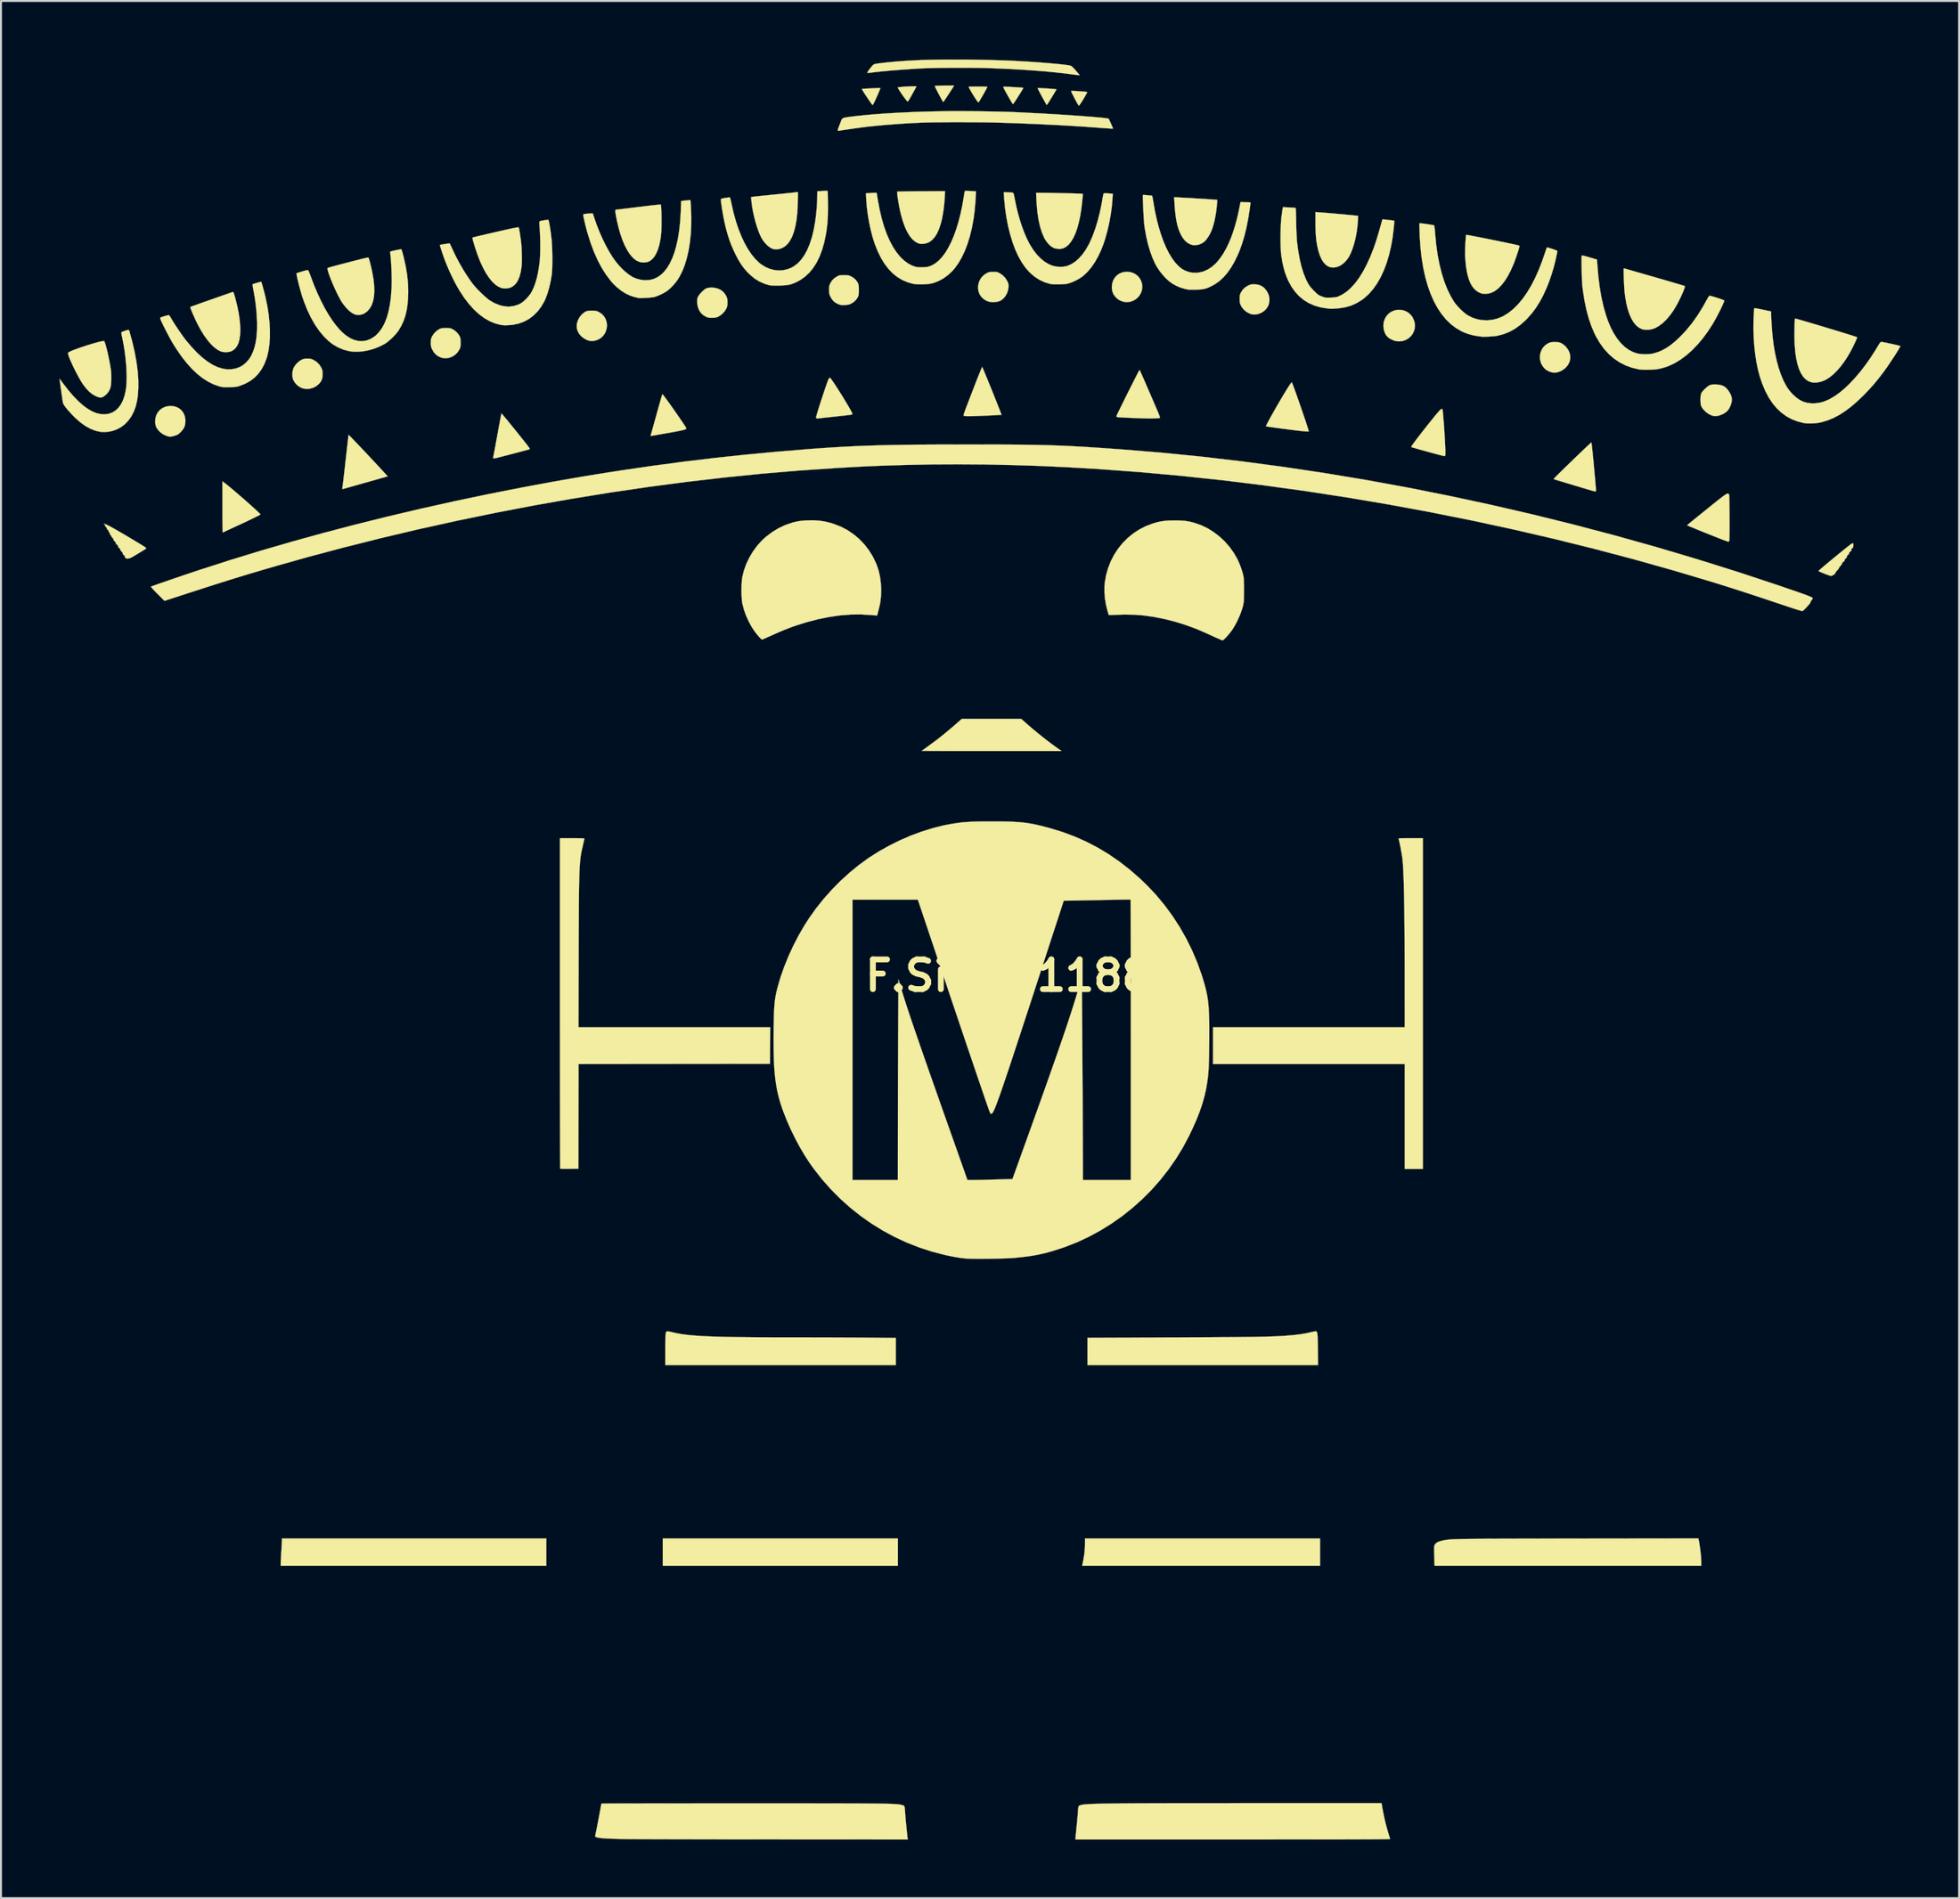
<source format=kicad_pcb>
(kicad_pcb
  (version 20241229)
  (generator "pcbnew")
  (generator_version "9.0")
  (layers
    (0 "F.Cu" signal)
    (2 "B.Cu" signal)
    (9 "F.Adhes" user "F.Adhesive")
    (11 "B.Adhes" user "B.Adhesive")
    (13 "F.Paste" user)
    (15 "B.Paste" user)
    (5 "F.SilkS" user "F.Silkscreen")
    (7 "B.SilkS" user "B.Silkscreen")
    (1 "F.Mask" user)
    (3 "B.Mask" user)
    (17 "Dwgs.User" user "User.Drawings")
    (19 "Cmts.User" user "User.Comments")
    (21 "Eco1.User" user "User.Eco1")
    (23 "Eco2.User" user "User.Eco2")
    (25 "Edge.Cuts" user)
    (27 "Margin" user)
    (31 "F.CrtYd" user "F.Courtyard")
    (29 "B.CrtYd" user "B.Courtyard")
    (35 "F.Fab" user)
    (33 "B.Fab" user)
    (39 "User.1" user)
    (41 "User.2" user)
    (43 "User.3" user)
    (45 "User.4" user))
  (footprint "F.Silk_g1188"
    (layer "F.Cu")
    (at 48.608 46.966)
    (property "Reference" "F.Silk_g1188" (at 0 0 0) (layer "F.SilkS") (effects (font (size 1.524 1.524) (thickness 0.3))))
    (attr through_hole)
    (fp_poly (pts (xy -5.652 30.247) (xy -17.695 30.247) (xy -17.695 28.85) (xy -5.652 28.85) (xy -5.652 30.247)) (stroke (width 0.01) (type solid)) (fill yes) (layer "F.SilkS"))
    (fp_poly (pts (xy 15.981 30.247) (xy 3.796 30.247) (xy 3.844 29.998) (xy 3.89 29.74) (xy 3.919 29.503) (xy 3.934 29.272) (xy 3.937 29.105) (xy 3.937 28.85) (xy 15.981 28.85) (xy 15.981 30.247)) (stroke (width 0.01) (type solid)) (fill yes) (layer "F.SilkS"))
    (fp_poly (pts (xy -23.664 30.247) (xy -37.275 30.247) (xy -37.274 30.136) (xy -37.273 30.083) (xy -37.269 29.996) (xy -37.263 29.881) (xy -37.256 29.747) (xy -37.248 29.601) (xy -37.243 29.517) (xy -37.234 29.37) (xy -37.226 29.233) (xy -37.219 29.112) (xy -37.214 29.016) (xy -37.212 28.951) (xy -37.211 28.93) (xy -37.211 28.85) (xy -23.664 28.85) (xy -23.664 30.247)) (stroke (width 0.01) (type solid)) (fill yes) (layer "F.SilkS"))
    (fp_poly (pts (xy -4.801 -45.394) (xy -4.898 -45.216) (xy -4.98 -45.068) (xy -5.047 -44.952) (xy -5.097 -44.869) (xy -5.131 -44.822) (xy -5.145 -44.81) (xy -5.167 -44.825) (xy -5.206 -44.867) (xy -5.254 -44.925) (xy -5.262 -44.936) (xy -5.329 -45.023) (xy -5.398 -45.12) (xy -5.467 -45.219) (xy -5.531 -45.314) (xy -5.586 -45.4) (xy -5.627 -45.469) (xy -5.652 -45.515) (xy -5.656 -45.533) (xy -5.629 -45.54) (xy -5.568 -45.549) (xy -5.481 -45.558) (xy -5.375 -45.567) (xy -5.258 -45.576) (xy -5.138 -45.583) (xy -5.024 -45.589) (xy -4.923 -45.592) (xy -4.871 -45.593) (xy -4.695 -45.593) (xy -4.801 -45.394)) (stroke (width 0.01) (type solid)) (fill yes) (layer "F.SilkS"))
    (fp_poly (pts (xy 1.59 -45.501) (xy 1.674 -45.498) (xy 1.778 -45.492) (xy 1.893 -45.486) (xy 2.012 -45.478) (xy 2.128 -45.471) (xy 2.232 -45.463) (xy 2.317 -45.455) (xy 2.375 -45.449) (xy 2.378 -45.449) (xy 2.48 -45.434) (xy 2.273 -45.091) (xy 2.205 -44.979) (xy 2.141 -44.875) (xy 2.086 -44.788) (xy 2.044 -44.724) (xy 2.02 -44.69) (xy 1.975 -44.633) (xy 1.921 -44.727) (xy 1.866 -44.825) (xy 1.805 -44.934) (xy 1.742 -45.048) (xy 1.681 -45.162) (xy 1.625 -45.268) (xy 1.576 -45.361) (xy 1.538 -45.435) (xy 1.515 -45.483) (xy 1.509 -45.5) (xy 1.532 -45.502) (xy 1.59 -45.501)) (stroke (width 0.01) (type solid)) (fill yes) (layer "F.SilkS"))
    (fp_poly (pts (xy 3.307 -45.355) (xy 3.392 -45.352) (xy 3.495 -45.347) (xy 3.608 -45.34) (xy 3.723 -45.332) (xy 3.832 -45.324) (xy 3.927 -45.315) (xy 4 -45.307) (xy 4.043 -45.3) (xy 4.05 -45.297) (xy 4.045 -45.275) (xy 4.02 -45.225) (xy 3.981 -45.153) (xy 3.931 -45.065) (xy 3.875 -44.97) (xy 3.816 -44.873) (xy 3.758 -44.781) (xy 3.706 -44.702) (xy 3.664 -44.643) (xy 3.626 -44.593) (xy 3.583 -44.654) (xy 3.555 -44.699) (xy 3.515 -44.769) (xy 3.467 -44.857) (xy 3.415 -44.954) (xy 3.364 -45.054) (xy 3.315 -45.15) (xy 3.273 -45.235) (xy 3.242 -45.302) (xy 3.225 -45.343) (xy 3.224 -45.353) (xy 3.249 -45.356) (xy 3.307 -45.355)) (stroke (width 0.01) (type solid)) (fill yes) (layer "F.SilkS"))
    (fp_poly (pts (xy 20.256 -34.105) (xy 20.412 -34.044) (xy 20.551 -33.952) (xy 20.669 -33.831) (xy 20.738 -33.724) (xy 20.811 -33.548) (xy 20.844 -33.376) (xy 20.836 -33.201) (xy 20.806 -33.076) (xy 20.736 -32.916) (xy 20.633 -32.778) (xy 20.504 -32.665) (xy 20.355 -32.582) (xy 20.191 -32.53) (xy 20.018 -32.514) (xy 19.848 -32.535) (xy 19.745 -32.568) (xy 19.633 -32.619) (xy 19.529 -32.678) (xy 19.46 -32.729) (xy 19.363 -32.839) (xy 19.291 -32.98) (xy 19.25 -33.116) (xy 19.226 -33.301) (xy 19.241 -33.481) (xy 19.292 -33.65) (xy 19.377 -33.803) (xy 19.494 -33.935) (xy 19.596 -34.011) (xy 19.754 -34.089) (xy 19.921 -34.129) (xy 20.09 -34.134) (xy 20.256 -34.105)) (stroke (width 0.01) (type solid)) (fill yes) (layer "F.SilkS"))
    (fp_poly (pts (xy 6.153 -36.083) (xy 6.329 -36.051) (xy 6.483 -35.986) (xy 6.615 -35.893) (xy 6.721 -35.777) (xy 6.801 -35.643) (xy 6.853 -35.496) (xy 6.874 -35.341) (xy 6.862 -35.183) (xy 6.816 -35.026) (xy 6.734 -34.875) (xy 6.655 -34.777) (xy 6.523 -34.665) (xy 6.372 -34.584) (xy 6.208 -34.538) (xy 6.041 -34.528) (xy 5.876 -34.557) (xy 5.86 -34.562) (xy 5.726 -34.616) (xy 5.617 -34.684) (xy 5.515 -34.778) (xy 5.495 -34.8) (xy 5.398 -34.933) (xy 5.339 -35.08) (xy 5.314 -35.248) (xy 5.313 -35.297) (xy 5.332 -35.482) (xy 5.386 -35.649) (xy 5.473 -35.794) (xy 5.588 -35.914) (xy 5.727 -36.004) (xy 5.888 -36.063) (xy 6.066 -36.085) (xy 6.153 -36.083)) (stroke (width 0.01) (type solid)) (fill yes) (layer "F.SilkS"))
    (fp_poly (pts (xy -2.906 -45.633) (xy -2.83 -45.631) (xy -2.784 -45.629) (xy -2.773 -45.626) (xy -2.784 -45.604) (xy -2.814 -45.554) (xy -2.861 -45.481) (xy -2.918 -45.391) (xy -2.984 -45.29) (xy -3.053 -45.185) (xy -3.121 -45.081) (xy -3.186 -44.984) (xy -3.242 -44.901) (xy -3.287 -44.837) (xy -3.315 -44.798) (xy -3.323 -44.789) (xy -3.339 -44.805) (xy -3.366 -44.846) (xy -3.373 -44.858) (xy -3.428 -44.957) (xy -3.488 -45.066) (xy -3.549 -45.18) (xy -3.608 -45.292) (xy -3.662 -45.396) (xy -3.707 -45.486) (xy -3.74 -45.555) (xy -3.758 -45.597) (xy -3.76 -45.607) (xy -3.736 -45.612) (xy -3.678 -45.616) (xy -3.592 -45.62) (xy -3.486 -45.624) (xy -3.367 -45.628) (xy -3.243 -45.63) (xy -3.12 -45.632) (xy -3.005 -45.633) (xy -2.906 -45.633)) (stroke (width 0.01) (type solid)) (fill yes) (layer "F.SilkS"))
    (fp_poly (pts (xy -21.23 -34.088) (xy -21.153 -34.083) (xy -21.094 -34.071) (xy -21.038 -34.052) (xy -20.995 -34.033) (xy -20.845 -33.941) (xy -20.724 -33.822) (xy -20.635 -33.682) (xy -20.578 -33.526) (xy -20.557 -33.359) (xy -20.571 -33.185) (xy -20.623 -33.011) (xy -20.652 -32.949) (xy -20.743 -32.812) (xy -20.86 -32.699) (xy -20.997 -32.613) (xy -21.147 -32.558) (xy -21.303 -32.535) (xy -21.459 -32.547) (xy -21.572 -32.582) (xy -21.74 -32.671) (xy -21.88 -32.784) (xy -21.989 -32.914) (xy -22.065 -33.059) (xy -22.105 -33.214) (xy -22.106 -33.374) (xy -22.099 -33.421) (xy -22.047 -33.592) (xy -21.963 -33.751) (xy -21.853 -33.889) (xy -21.722 -33.999) (xy -21.665 -34.033) (xy -21.611 -34.059) (xy -21.562 -34.075) (xy -21.505 -34.084) (xy -21.427 -34.088) (xy -21.336 -34.089) (xy -21.23 -34.088)) (stroke (width 0.01) (type solid)) (fill yes) (layer "F.SilkS"))
    (fp_poly (pts (xy 0.667 -13.165) (xy 1.005 -12.868) (xy 1.242 -12.664) (xy 1.494 -12.454) (xy 1.753 -12.246) (xy 2.008 -12.046) (xy 2.25 -11.864) (xy 2.417 -11.742) (xy 2.736 -11.515) (xy -0.844 -11.515) (xy -1.23 -11.515) (xy -1.604 -11.515) (xy -1.964 -11.515) (xy -2.309 -11.515) (xy -2.635 -11.516) (xy -2.942 -11.516) (xy -3.225 -11.517) (xy -3.484 -11.517) (xy -3.716 -11.518) (xy -3.919 -11.519) (xy -4.091 -11.52) (xy -4.23 -11.52) (xy -4.333 -11.521) (xy -4.398 -11.522) (xy -4.424 -11.523) (xy -4.424 -11.523) (xy -4.407 -11.537) (xy -4.362 -11.572) (xy -4.292 -11.624) (xy -4.203 -11.688) (xy -4.1 -11.762) (xy -4.08 -11.777) (xy -3.679 -12.073) (xy -3.265 -12.4) (xy -2.845 -12.753) (xy -2.726 -12.856) (xy -2.373 -13.166) (xy 0.667 -13.165)) (stroke (width 0.01) (type solid)) (fill yes) (layer "F.SilkS"))
    (fp_poly (pts (xy -6.548 -45.502) (xy -6.548 -45.502) (xy -6.553 -45.48) (xy -6.572 -45.426) (xy -6.604 -45.347) (xy -6.645 -45.251) (xy -6.692 -45.143) (xy -6.742 -45.03) (xy -6.792 -44.92) (xy -6.84 -44.819) (xy -6.881 -44.733) (xy -6.914 -44.67) (xy -6.935 -44.636) (xy -6.939 -44.632) (xy -6.956 -44.645) (xy -6.992 -44.686) (xy -7.041 -44.75) (xy -7.098 -44.831) (xy -7.102 -44.838) (xy -7.194 -44.973) (xy -7.278 -45.1) (xy -7.353 -45.214) (xy -7.414 -45.311) (xy -7.46 -45.385) (xy -7.487 -45.433) (xy -7.493 -45.449) (xy -7.474 -45.46) (xy -7.429 -45.466) (xy -7.424 -45.466) (xy -7.382 -45.467) (xy -7.305 -45.471) (xy -7.202 -45.476) (xy -7.081 -45.483) (xy -6.958 -45.49) (xy -6.832 -45.497) (xy -6.722 -45.501) (xy -6.633 -45.504) (xy -6.573 -45.504) (xy -6.548 -45.502)) (stroke (width 0.01) (type solid)) (fill yes) (layer "F.SilkS"))
    (fp_poly (pts (xy -42.789 -29.198) (xy -42.62 -29.155) (xy -42.473 -29.078) (xy -42.35 -28.972) (xy -42.254 -28.838) (xy -42.189 -28.679) (xy -42.159 -28.5) (xy -42.157 -28.437) (xy -42.168 -28.28) (xy -42.203 -28.146) (xy -42.267 -28.025) (xy -42.365 -27.905) (xy -42.396 -27.873) (xy -42.47 -27.802) (xy -42.531 -27.754) (xy -42.59 -27.721) (xy -42.662 -27.694) (xy -42.681 -27.688) (xy -42.797 -27.655) (xy -42.885 -27.636) (xy -42.959 -27.633) (xy -43.031 -27.644) (xy -43.112 -27.668) (xy -43.12 -27.671) (xy -43.282 -27.742) (xy -43.42 -27.837) (xy -43.528 -27.943) (xy -43.612 -28.048) (xy -43.665 -28.149) (xy -43.694 -28.261) (xy -43.705 -28.367) (xy -43.697 -28.554) (xy -43.652 -28.725) (xy -43.573 -28.875) (xy -43.464 -29.002) (xy -43.328 -29.101) (xy -43.167 -29.17) (xy -42.985 -29.203) (xy -42.975 -29.204) (xy -42.789 -29.198)) (stroke (width 0.01) (type solid)) (fill yes) (layer "F.SilkS"))
    (fp_poly (pts (xy -1.385 -45.576) (xy -1.273 -45.575) (xy -1.179 -45.573) (xy -1.109 -45.571) (xy -1.071 -45.567) (xy -1.066 -45.566) (xy -1.073 -45.545) (xy -1.098 -45.493) (xy -1.138 -45.416) (xy -1.191 -45.321) (xy -1.252 -45.212) (xy -1.258 -45.202) (xy -1.337 -45.065) (xy -1.398 -44.96) (xy -1.443 -44.884) (xy -1.475 -44.83) (xy -1.496 -44.797) (xy -1.51 -44.778) (xy -1.519 -44.77) (xy -1.526 -44.768) (xy -1.528 -44.767) (xy -1.546 -44.784) (xy -1.581 -44.828) (xy -1.626 -44.891) (xy -1.647 -44.921) (xy -1.706 -45.011) (xy -1.769 -45.112) (xy -1.833 -45.216) (xy -1.893 -45.317) (xy -1.946 -45.409) (xy -1.988 -45.485) (xy -2.015 -45.539) (xy -2.024 -45.565) (xy -2.024 -45.566) (xy -2 -45.57) (xy -1.941 -45.572) (xy -1.855 -45.575) (xy -1.749 -45.576) (xy -1.63 -45.577) (xy -1.506 -45.577) (xy -1.385 -45.576)) (stroke (width 0.01) (type solid)) (fill yes) (layer "F.SilkS"))
    (fp_poly (pts (xy 12.615 -35.443) (xy 12.793 -35.426) (xy 12.947 -35.375) (xy 13.082 -35.289) (xy 13.153 -35.221) (xy 13.268 -35.071) (xy 13.346 -34.909) (xy 13.386 -34.739) (xy 13.387 -34.568) (xy 13.348 -34.399) (xy 13.311 -34.312) (xy 13.226 -34.183) (xy 13.113 -34.074) (xy 12.98 -33.987) (xy 12.835 -33.926) (xy 12.685 -33.894) (xy 12.537 -33.894) (xy 12.399 -33.929) (xy 12.399 -33.93) (xy 12.222 -34.022) (xy 12.08 -34.137) (xy 11.97 -34.278) (xy 11.923 -34.364) (xy 11.894 -34.432) (xy 11.876 -34.492) (xy 11.867 -34.56) (xy 11.864 -34.65) (xy 11.864 -34.692) (xy 11.865 -34.793) (xy 11.872 -34.866) (xy 11.885 -34.925) (xy 11.909 -34.984) (xy 11.923 -35.013) (xy 12.02 -35.164) (xy 12.149 -35.288) (xy 12.298 -35.378) (xy 12.374 -35.412) (xy 12.439 -35.431) (xy 12.51 -35.44) (xy 12.604 -35.443) (xy 12.615 -35.443)) (stroke (width 0.01) (type solid)) (fill yes) (layer "F.SilkS"))
    (fp_poly (pts (xy 28.117 -32.479) (xy 28.191 -32.474) (xy 28.249 -32.462) (xy 28.304 -32.441) (xy 28.345 -32.422) (xy 28.426 -32.372) (xy 28.514 -32.304) (xy 28.573 -32.247) (xy 28.688 -32.099) (xy 28.764 -31.94) (xy 28.801 -31.777) (xy 28.8 -31.613) (xy 28.76 -31.454) (xy 28.682 -31.303) (xy 28.566 -31.166) (xy 28.497 -31.106) (xy 28.341 -31.004) (xy 28.181 -30.939) (xy 28.022 -30.913) (xy 27.868 -30.927) (xy 27.813 -30.942) (xy 27.699 -30.984) (xy 27.613 -31.028) (xy 27.538 -31.082) (xy 27.477 -31.139) (xy 27.369 -31.274) (xy 27.296 -31.425) (xy 27.256 -31.585) (xy 27.248 -31.749) (xy 27.272 -31.911) (xy 27.327 -32.064) (xy 27.411 -32.203) (xy 27.524 -32.322) (xy 27.664 -32.415) (xy 27.683 -32.424) (xy 27.745 -32.451) (xy 27.803 -32.468) (xy 27.869 -32.477) (xy 27.958 -32.48) (xy 28.014 -32.48) (xy 28.117 -32.479)) (stroke (width 0.01) (type solid)) (fill yes) (layer "F.SilkS"))
    (fp_poly (pts (xy -35.813 -31.631) (xy -35.74 -31.621) (xy -35.669 -31.598) (xy -35.598 -31.566) (xy -35.438 -31.468) (xy -35.305 -31.337) (xy -35.202 -31.178) (xy -35.191 -31.157) (xy -35.159 -31.084) (xy -35.14 -31.023) (xy -35.13 -30.957) (xy -35.127 -30.87) (xy -35.127 -30.829) (xy -35.136 -30.683) (xy -35.164 -30.565) (xy -35.215 -30.46) (xy -35.295 -30.357) (xy -35.307 -30.344) (xy -35.44 -30.229) (xy -35.596 -30.145) (xy -35.766 -30.094) (xy -35.941 -30.078) (xy -36.114 -30.1) (xy -36.156 -30.111) (xy -36.297 -30.174) (xy -36.428 -30.269) (xy -36.538 -30.388) (xy -36.621 -30.521) (xy -36.653 -30.605) (xy -36.679 -30.756) (xy -36.675 -30.918) (xy -36.643 -31.075) (xy -36.609 -31.165) (xy -36.53 -31.292) (xy -36.422 -31.413) (xy -36.298 -31.516) (xy -36.202 -31.573) (xy -36.128 -31.606) (xy -36.062 -31.624) (xy -35.985 -31.632) (xy -35.909 -31.634) (xy -35.813 -31.631)) (stroke (width 0.01) (type solid)) (fill yes) (layer "F.SilkS"))
    (fp_poly (pts (xy 21.251 9.906) (xy 20.32 9.906) (xy 20.32 4.53) (xy 10.499 4.53) (xy 10.499 2.646) (xy 20.32 2.646) (xy 20.319 0.28) (xy 20.319 -0.394) (xy 20.317 -1.028) (xy 20.315 -1.621) (xy 20.312 -2.174) (xy 20.308 -2.688) (xy 20.303 -3.164) (xy 20.297 -3.602) (xy 20.29 -4.005) (xy 20.282 -4.372) (xy 20.274 -4.704) (xy 20.264 -5.003) (xy 20.253 -5.269) (xy 20.241 -5.502) (xy 20.229 -5.705) (xy 20.215 -5.877) (xy 20.203 -5.99) (xy 20.191 -6.082) (xy 20.172 -6.2) (xy 20.149 -6.336) (xy 20.123 -6.481) (xy 20.096 -6.626) (xy 20.069 -6.761) (xy 20.044 -6.879) (xy 20.022 -6.97) (xy 20.011 -7.011) (xy 20.01 -7.022) (xy 20.017 -7.03) (xy 20.037 -7.037) (xy 20.074 -7.042) (xy 20.132 -7.045) (xy 20.216 -7.047) (xy 20.329 -7.048) (xy 20.478 -7.048) (xy 20.625 -7.048) (xy 21.251 -7.048) (xy 21.251 9.906)) (stroke (width 0.01) (type solid)) (fill yes) (layer "F.SilkS"))
    (fp_poly (pts (xy 36.284 -30.307) (xy 36.458 -30.289) (xy 36.602 -30.25) (xy 36.724 -30.184) (xy 36.831 -30.087) (xy 36.931 -29.955) (xy 36.938 -29.944) (xy 37.023 -29.793) (xy 37.072 -29.653) (xy 37.085 -29.515) (xy 37.064 -29.37) (xy 37.022 -29.239) (xy 36.954 -29.09) (xy 36.874 -28.974) (xy 36.773 -28.881) (xy 36.642 -28.801) (xy 36.598 -28.78) (xy 36.439 -28.716) (xy 36.297 -28.686) (xy 36.167 -28.689) (xy 36.039 -28.723) (xy 36.02 -28.731) (xy 35.88 -28.804) (xy 35.749 -28.9) (xy 35.636 -29.01) (xy 35.549 -29.127) (xy 35.5 -29.229) (xy 35.49 -29.28) (xy 35.482 -29.361) (xy 35.477 -29.459) (xy 35.475 -29.535) (xy 35.479 -29.669) (xy 35.492 -29.773) (xy 35.521 -29.859) (xy 35.57 -29.938) (xy 35.644 -30.023) (xy 35.717 -30.094) (xy 35.818 -30.185) (xy 35.907 -30.248) (xy 35.994 -30.286) (xy 36.092 -30.305) (xy 36.214 -30.309) (xy 36.284 -30.307)) (stroke (width 0.01) (type solid)) (fill yes) (layer "F.SilkS"))
    (fp_poly (pts (xy -0.665 -36.078) (xy -0.596 -36.072) (xy -0.541 -36.06) (xy -0.487 -36.037) (xy -0.429 -36.007) (xy -0.273 -35.899) (xy -0.142 -35.76) (xy -0.041 -35.597) (xy -0.039 -35.591) (xy -0.005 -35.513) (xy 0.013 -35.451) (xy 0.02 -35.385) (xy 0.018 -35.297) (xy 0.018 -35.29) (xy -0.008 -35.127) (xy -0.065 -34.969) (xy -0.148 -34.826) (xy -0.253 -34.705) (xy -0.374 -34.613) (xy -0.429 -34.586) (xy -0.555 -34.548) (xy -0.701 -34.53) (xy -0.851 -34.531) (xy -0.987 -34.553) (xy -1.02 -34.562) (xy -1.109 -34.599) (xy -1.201 -34.65) (xy -1.246 -34.68) (xy -1.369 -34.794) (xy -1.459 -34.928) (xy -1.516 -35.076) (xy -1.541 -35.232) (xy -1.534 -35.391) (xy -1.497 -35.547) (xy -1.431 -35.695) (xy -1.334 -35.829) (xy -1.21 -35.943) (xy -1.085 -36.019) (xy -1.021 -36.048) (xy -0.963 -36.066) (xy -0.899 -36.075) (xy -0.813 -36.078) (xy -0.762 -36.079) (xy -0.665 -36.078)) (stroke (width 0.01) (type solid)) (fill yes) (layer "F.SilkS"))
    (fp_poly (pts (xy -0.14 -45.569) (xy -0.049 -45.566) (xy 0.062 -45.562) (xy 0.185 -45.556) (xy 0.312 -45.549) (xy 0.437 -45.542) (xy 0.552 -45.534) (xy 0.649 -45.527) (xy 0.722 -45.521) (xy 0.762 -45.516) (xy 0.768 -45.515) (xy 0.773 -45.51) (xy 0.773 -45.501) (xy 0.766 -45.483) (xy 0.75 -45.452) (xy 0.723 -45.405) (xy 0.681 -45.337) (xy 0.623 -45.244) (xy 0.546 -45.123) (xy 0.479 -45.016) (xy 0.412 -44.911) (xy 0.352 -44.82) (xy 0.303 -44.748) (xy 0.269 -44.7) (xy 0.253 -44.683) (xy 0.253 -44.683) (xy 0.232 -44.699) (xy 0.202 -44.737) (xy 0.199 -44.741) (xy 0.177 -44.777) (xy 0.138 -44.843) (xy 0.086 -44.933) (xy 0.025 -45.04) (xy -0.042 -45.157) (xy -0.055 -45.18) (xy -0.129 -45.312) (xy -0.183 -45.412) (xy -0.219 -45.483) (xy -0.239 -45.531) (xy -0.244 -45.558) (xy -0.237 -45.569) (xy -0.236 -45.569) (xy -0.205 -45.571) (xy -0.14 -45.569)) (stroke (width 0.01) (type solid)) (fill yes) (layer "F.SilkS"))
    (fp_poly (pts (xy -3.247 -39.947) (xy -3.278 -39.539) (xy -3.323 -39.168) (xy -3.382 -38.832) (xy -3.456 -38.534) (xy -3.544 -38.272) (xy -3.645 -38.049) (xy -3.761 -37.865) (xy -3.889 -37.719) (xy -4.031 -37.613) (xy -4.072 -37.591) (xy -4.206 -37.541) (xy -4.348 -37.516) (xy -4.485 -37.515) (xy -4.604 -37.542) (xy -4.609 -37.544) (xy -4.765 -37.629) (xy -4.911 -37.754) (xy -5.046 -37.921) (xy -5.172 -38.128) (xy -5.287 -38.376) (xy -5.391 -38.664) (xy -5.485 -38.992) (xy -5.534 -39.197) (xy -5.562 -39.328) (xy -5.589 -39.469) (xy -5.615 -39.612) (xy -5.638 -39.753) (xy -5.658 -39.884) (xy -5.674 -40) (xy -5.684 -40.094) (xy -5.688 -40.159) (xy -5.685 -40.19) (xy -5.685 -40.191) (xy -5.661 -40.194) (xy -5.599 -40.197) (xy -5.502 -40.199) (xy -5.375 -40.202) (xy -5.22 -40.205) (xy -5.042 -40.207) (xy -4.844 -40.209) (xy -4.631 -40.211) (xy -4.451 -40.212) (xy -3.233 -40.218) (xy -3.247 -39.947)) (stroke (width 0.01) (type solid)) (fill yes) (layer "F.SilkS"))
    (fp_poly (pts (xy 8.809 -39.891) (xy 8.932 -39.884) (xy 9.08 -39.876) (xy 9.246 -39.867) (xy 9.425 -39.856) (xy 9.61 -39.845) (xy 9.796 -39.834) (xy 9.976 -39.823) (xy 10.145 -39.812) (xy 10.296 -39.802) (xy 10.423 -39.794) (xy 10.519 -39.786) (xy 10.58 -39.781) (xy 10.581 -39.781) (xy 10.716 -39.768) (xy 10.702 -39.564) (xy 10.677 -39.306) (xy 10.64 -39.044) (xy 10.592 -38.788) (xy 10.535 -38.548) (xy 10.472 -38.333) (xy 10.414 -38.176) (xy 10.354 -38.05) (xy 10.282 -37.922) (xy 10.203 -37.802) (xy 10.126 -37.701) (xy 10.064 -37.636) (xy 9.931 -37.543) (xy 9.783 -37.48) (xy 9.629 -37.449) (xy 9.478 -37.451) (xy 9.349 -37.484) (xy 9.198 -37.564) (xy 9.065 -37.677) (xy 8.947 -37.825) (xy 8.86 -37.973) (xy 8.787 -38.128) (xy 8.725 -38.294) (xy 8.672 -38.475) (xy 8.627 -38.676) (xy 8.59 -38.901) (xy 8.559 -39.156) (xy 8.534 -39.445) (xy 8.519 -39.675) (xy 8.506 -39.905) (xy 8.809 -39.891)) (stroke (width 0.01) (type solid)) (fill yes) (layer "F.SilkS"))
    (fp_poly (pts (xy -40.201 -25.298) (xy -40.132 -25.246) (xy -40.04 -25.174) (xy -39.93 -25.084) (xy -39.804 -24.979) (xy -39.666 -24.863) (xy -39.52 -24.738) (xy -39.368 -24.607) (xy -39.214 -24.474) (xy -39.062 -24.341) (xy -38.915 -24.211) (xy -38.777 -24.087) (xy -38.65 -23.973) (xy -38.538 -23.871) (xy -38.445 -23.784) (xy -38.374 -23.715) (xy -38.328 -23.668) (xy -38.312 -23.645) (xy -38.312 -23.644) (xy -38.331 -23.63) (xy -38.386 -23.599) (xy -38.475 -23.553) (xy -38.595 -23.493) (xy -38.745 -23.42) (xy -38.922 -23.335) (xy -39.123 -23.24) (xy -39.347 -23.135) (xy -39.591 -23.022) (xy -39.645 -22.997) (xy -39.791 -22.93) (xy -39.925 -22.868) (xy -40.041 -22.814) (xy -40.136 -22.77) (xy -40.203 -22.738) (xy -40.239 -22.721) (xy -40.243 -22.719) (xy -40.246 -22.738) (xy -40.249 -22.795) (xy -40.251 -22.888) (xy -40.253 -23.013) (xy -40.255 -23.165) (xy -40.257 -23.342) (xy -40.258 -23.54) (xy -40.259 -23.756) (xy -40.259 -23.985) (xy -40.259 -24.024) (xy -40.259 -25.339) (xy -40.201 -25.298)) (stroke (width 0.01) (type solid)) (fill yes) (layer "F.SilkS"))
    (fp_poly (pts (xy 15.954 -39.13) (xy 16.035 -39.124) (xy 16.146 -39.115) (xy 16.281 -39.104) (xy 16.436 -39.091) (xy 16.604 -39.077) (xy 16.781 -39.061) (xy 16.961 -39.045) (xy 17.139 -39.029) (xy 17.31 -39.013) (xy 17.468 -38.998) (xy 17.608 -38.985) (xy 17.725 -38.973) (xy 17.814 -38.964) (xy 17.869 -38.958) (xy 17.884 -38.956) (xy 17.935 -38.944) (xy 17.921 -38.697) (xy 17.895 -38.386) (xy 17.852 -38.079) (xy 17.793 -37.78) (xy 17.721 -37.498) (xy 17.637 -37.238) (xy 17.543 -37.008) (xy 17.46 -36.848) (xy 17.357 -36.699) (xy 17.232 -36.563) (xy 17.095 -36.45) (xy 16.981 -36.381) (xy 16.827 -36.324) (xy 16.673 -36.301) (xy 16.527 -36.312) (xy 16.415 -36.35) (xy 16.282 -36.437) (xy 16.163 -36.563) (xy 16.058 -36.73) (xy 15.967 -36.936) (xy 15.891 -37.183) (xy 15.844 -37.386) (xy 15.813 -37.556) (xy 15.789 -37.726) (xy 15.771 -37.902) (xy 15.759 -38.094) (xy 15.751 -38.31) (xy 15.748 -38.557) (xy 15.748 -38.638) (xy 15.748 -39.144) (xy 15.954 -39.13)) (stroke (width 0.01) (type solid)) (fill yes) (layer "F.SilkS"))
    (fp_poly (pts (xy -15.062 -35.265) (xy -15.051 -35.264) (xy -14.867 -35.219) (xy -14.709 -35.141) (xy -14.577 -35.03) (xy -14.472 -34.886) (xy -14.439 -34.823) (xy -14.41 -34.755) (xy -14.393 -34.692) (xy -14.385 -34.618) (xy -14.383 -34.519) (xy -14.383 -34.512) (xy -14.385 -34.411) (xy -14.393 -34.337) (xy -14.409 -34.273) (xy -14.437 -34.206) (xy -14.439 -34.201) (xy -14.53 -34.053) (xy -14.653 -33.921) (xy -14.797 -33.816) (xy -14.822 -33.802) (xy -14.893 -33.766) (xy -14.954 -33.744) (xy -15.021 -33.732) (xy -15.109 -33.726) (xy -15.145 -33.725) (xy -15.253 -33.723) (xy -15.334 -33.73) (xy -15.401 -33.746) (xy -15.435 -33.758) (xy -15.598 -33.845) (xy -15.729 -33.959) (xy -15.829 -34.101) (xy -15.896 -34.271) (xy -15.931 -34.466) (xy -15.931 -34.469) (xy -15.937 -34.601) (xy -15.926 -34.708) (xy -15.893 -34.802) (xy -15.835 -34.894) (xy -15.747 -34.997) (xy -15.73 -35.015) (xy -15.656 -35.088) (xy -15.584 -35.153) (xy -15.524 -35.201) (xy -15.495 -35.22) (xy -15.375 -35.26) (xy -15.228 -35.275) (xy -15.062 -35.265)) (stroke (width 0.01) (type solid)) (fill yes) (layer "F.SilkS"))
    (fp_poly (pts (xy -28.704 -33.199) (xy -28.63 -33.194) (xy -28.574 -33.184) (xy -28.522 -33.166) (xy -28.463 -33.138) (xy -28.342 -33.059) (xy -28.229 -32.954) (xy -28.138 -32.836) (xy -28.103 -32.771) (xy -28.08 -32.715) (xy -28.066 -32.656) (xy -28.059 -32.582) (xy -28.057 -32.481) (xy -28.056 -32.449) (xy -28.058 -32.344) (xy -28.062 -32.269) (xy -28.073 -32.211) (xy -28.091 -32.158) (xy -28.116 -32.105) (xy -28.209 -31.959) (xy -28.328 -31.838) (xy -28.468 -31.744) (xy -28.621 -31.681) (xy -28.782 -31.652) (xy -28.944 -31.659) (xy -29.043 -31.683) (xy -29.2 -31.752) (xy -29.33 -31.847) (xy -29.437 -31.972) (xy -29.524 -32.126) (xy -29.552 -32.192) (xy -29.569 -32.252) (xy -29.577 -32.32) (xy -29.58 -32.413) (xy -29.58 -32.449) (xy -29.579 -32.547) (xy -29.573 -32.617) (xy -29.561 -32.673) (xy -29.538 -32.729) (xy -29.514 -32.777) (xy -29.435 -32.897) (xy -29.333 -33.009) (xy -29.218 -33.103) (xy -29.13 -33.154) (xy -29.074 -33.176) (xy -29.015 -33.19) (xy -28.941 -33.197) (xy -28.84 -33.2) (xy -28.808 -33.2) (xy -28.704 -33.199)) (stroke (width 0.01) (type solid)) (fill yes) (layer "F.SilkS"))
    (fp_poly (pts (xy 1.86 -40.131) (xy 1.975 -40.13) (xy 2.115 -40.128) (xy 2.272 -40.125) (xy 2.443 -40.121) (xy 2.623 -40.117) (xy 2.807 -40.113) (xy 2.989 -40.109) (xy 3.166 -40.104) (xy 3.331 -40.1) (xy 3.481 -40.095) (xy 3.61 -40.091) (xy 3.713 -40.088) (xy 3.785 -40.084) (xy 3.822 -40.082) (xy 3.825 -40.081) (xy 3.825 -40.059) (xy 3.822 -40.003) (xy 3.815 -39.918) (xy 3.806 -39.812) (xy 3.799 -39.728) (xy 3.753 -39.327) (xy 3.695 -38.958) (xy 3.624 -38.622) (xy 3.542 -38.32) (xy 3.448 -38.054) (xy 3.342 -37.824) (xy 3.226 -37.631) (xy 3.1 -37.476) (xy 2.964 -37.361) (xy 2.818 -37.286) (xy 2.814 -37.285) (xy 2.694 -37.259) (xy 2.557 -37.257) (xy 2.421 -37.278) (xy 2.351 -37.3) (xy 2.233 -37.363) (xy 2.114 -37.461) (xy 2.001 -37.587) (xy 1.899 -37.733) (xy 1.837 -37.846) (xy 1.727 -38.107) (xy 1.635 -38.404) (xy 1.56 -38.737) (xy 1.503 -39.108) (xy 1.464 -39.516) (xy 1.448 -39.799) (xy 1.433 -40.132) (xy 1.773 -40.132) (xy 1.86 -40.131)) (stroke (width 0.01) (type solid)) (fill yes) (layer "F.SilkS"))
    (fp_poly (pts (xy -10.774 -39.893) (xy -10.783 -39.465) (xy -10.808 -39.073) (xy -10.849 -38.718) (xy -10.907 -38.4) (xy -10.982 -38.121) (xy -11.072 -37.879) (xy -11.179 -37.676) (xy -11.302 -37.511) (xy -11.435 -37.389) (xy -11.58 -37.303) (xy -11.732 -37.25) (xy -11.884 -37.232) (xy -12.028 -37.249) (xy -12.067 -37.261) (xy -12.2 -37.328) (xy -12.333 -37.43) (xy -12.461 -37.562) (xy -12.578 -37.718) (xy -12.631 -37.805) (xy -12.713 -37.969) (xy -12.794 -38.168) (xy -12.873 -38.394) (xy -12.946 -38.639) (xy -13.012 -38.895) (xy -13.07 -39.156) (xy -13.116 -39.412) (xy -13.149 -39.657) (xy -13.158 -39.752) (xy -13.171 -39.915) (xy -13.079 -39.928) (xy -13.039 -39.933) (xy -12.963 -39.941) (xy -12.853 -39.953) (xy -12.714 -39.968) (xy -12.551 -39.985) (xy -12.369 -40.003) (xy -12.171 -40.024) (xy -11.962 -40.045) (xy -11.938 -40.047) (xy -11.73 -40.068) (xy -11.533 -40.088) (xy -11.353 -40.107) (xy -11.192 -40.124) (xy -11.055 -40.138) (xy -10.947 -40.15) (xy -10.872 -40.158) (xy -10.834 -40.163) (xy -10.832 -40.163) (xy -10.774 -40.173) (xy -10.774 -39.893)) (stroke (width 0.01) (type solid)) (fill yes) (layer "F.SilkS"))
    (fp_poly (pts (xy -17.436 18.234) (xy -17.367 18.244) (xy -17.28 18.262) (xy -17.229 18.274) (xy -17.104 18.304) (xy -16.972 18.333) (xy -16.831 18.359) (xy -16.678 18.382) (xy -16.514 18.404) (xy -16.334 18.424) (xy -16.139 18.442) (xy -15.925 18.458) (xy -15.691 18.473) (xy -15.436 18.486) (xy -15.157 18.497) (xy -14.853 18.507) (xy -14.522 18.515) (xy -14.161 18.522) (xy -13.771 18.528) (xy -13.347 18.533) (xy -12.889 18.537) (xy -12.396 18.539) (xy -11.864 18.541) (xy -11.292 18.542) (xy -11.028 18.542) (xy -10.671 18.542) (xy -10.304 18.542) (xy -9.931 18.543) (xy -9.556 18.544) (xy -9.186 18.545) (xy -8.824 18.546) (xy -8.475 18.548) (xy -8.146 18.549) (xy -7.839 18.551) (xy -7.561 18.553) (xy -7.317 18.554) (xy -7.138 18.556) (xy -5.757 18.57) (xy -5.757 19.96) (xy -17.568 19.96) (xy -17.568 19.182) (xy -17.568 18.958) (xy -17.567 18.773) (xy -17.564 18.623) (xy -17.56 18.503) (xy -17.554 18.412) (xy -17.545 18.344) (xy -17.534 18.296) (xy -17.519 18.264) (xy -17.502 18.245) (xy -17.48 18.235) (xy -17.477 18.234) (xy -17.436 18.234)) (stroke (width 0.01) (type solid)) (fill yes) (layer "F.SilkS"))
    (fp_poly (pts (xy -33.783 -27.712) (xy -33.743 -27.673) (xy -33.679 -27.608) (xy -33.594 -27.521) (xy -33.492 -27.415) (xy -33.375 -27.293) (xy -33.246 -27.157) (xy -33.108 -27.011) (xy -32.962 -26.858) (xy -32.814 -26.699) (xy -32.664 -26.54) (xy -32.516 -26.381) (xy -32.372 -26.227) (xy -32.236 -26.081) (xy -32.11 -25.944) (xy -31.997 -25.821) (xy -31.899 -25.713) (xy -31.884 -25.696) (xy -31.795 -25.598) (xy -32.825 -25.305) (xy -33.031 -25.247) (xy -33.229 -25.191) (xy -33.414 -25.138) (xy -33.581 -25.091) (xy -33.726 -25.05) (xy -33.844 -25.016) (xy -33.932 -24.991) (xy -33.984 -24.976) (xy -33.988 -24.975) (xy -34.056 -24.958) (xy -34.103 -24.95) (xy -34.121 -24.953) (xy -34.118 -24.98) (xy -34.11 -25.039) (xy -34.099 -25.12) (xy -34.09 -25.19) (xy -34.081 -25.254) (xy -34.069 -25.355) (xy -34.053 -25.488) (xy -34.034 -25.648) (xy -34.013 -25.832) (xy -33.99 -26.033) (xy -33.966 -26.247) (xy -33.941 -26.469) (xy -33.931 -26.554) (xy -33.907 -26.77) (xy -33.884 -26.973) (xy -33.863 -27.16) (xy -33.844 -27.327) (xy -33.828 -27.47) (xy -33.814 -27.585) (xy -33.805 -27.668) (xy -33.799 -27.715) (xy -33.798 -27.724) (xy -33.783 -27.712)) (stroke (width 0.01) (type solid)) (fill yes) (layer "F.SilkS"))
    (fp_poly (pts (xy -8.306 -35.908) (xy -8.228 -35.904) (xy -8.169 -35.894) (xy -8.115 -35.877) (xy -8.061 -35.853) (xy -7.923 -35.771) (xy -7.806 -35.666) (xy -7.72 -35.548) (xy -7.702 -35.512) (xy -7.68 -35.458) (xy -7.665 -35.405) (xy -7.657 -35.343) (xy -7.653 -35.26) (xy -7.652 -35.147) (xy -7.652 -35.037) (xy -7.656 -34.957) (xy -7.664 -34.898) (xy -7.677 -34.849) (xy -7.699 -34.798) (xy -7.711 -34.772) (xy -7.802 -34.636) (xy -7.927 -34.522) (xy -8.065 -34.442) (xy -8.134 -34.413) (xy -8.205 -34.395) (xy -8.291 -34.385) (xy -8.382 -34.38) (xy -8.485 -34.378) (xy -8.559 -34.382) (xy -8.62 -34.394) (xy -8.682 -34.415) (xy -8.701 -34.423) (xy -8.84 -34.494) (xy -8.95 -34.58) (xy -9.04 -34.691) (xy -9.119 -34.835) (xy -9.127 -34.851) (xy -9.151 -34.914) (xy -9.166 -34.979) (xy -9.173 -35.061) (xy -9.175 -35.158) (xy -9.173 -35.261) (xy -9.167 -35.336) (xy -9.153 -35.397) (xy -9.128 -35.459) (xy -9.12 -35.478) (xy -9.029 -35.629) (xy -8.911 -35.75) (xy -8.779 -35.837) (xy -8.719 -35.869) (xy -8.669 -35.89) (xy -8.619 -35.902) (xy -8.556 -35.907) (xy -8.468 -35.909) (xy -8.414 -35.909) (xy -8.306 -35.908)) (stroke (width 0.01) (type solid)) (fill yes) (layer "F.SilkS"))
    (fp_poly (pts (xy -39.699 -35.033) (xy -39.679 -34.98) (xy -39.653 -34.899) (xy -39.622 -34.799) (xy -39.605 -34.74) (xy -39.501 -34.326) (xy -39.422 -33.933) (xy -39.371 -33.564) (xy -39.347 -33.221) (xy -39.345 -33.105) (xy -39.356 -32.843) (xy -39.388 -32.617) (xy -39.442 -32.425) (xy -39.518 -32.267) (xy -39.618 -32.14) (xy -39.741 -32.045) (xy -39.802 -32.012) (xy -39.913 -31.978) (xy -40.045 -31.962) (xy -40.182 -31.966) (xy -40.308 -31.989) (xy -40.346 -32.002) (xy -40.509 -32.085) (xy -40.675 -32.208) (xy -40.845 -32.369) (xy -41.014 -32.566) (xy -41.182 -32.797) (xy -41.347 -33.058) (xy -41.508 -33.35) (xy -41.591 -33.517) (xy -41.656 -33.654) (xy -41.717 -33.79) (xy -41.774 -33.919) (xy -41.824 -34.037) (xy -41.864 -34.138) (xy -41.892 -34.215) (xy -41.906 -34.265) (xy -41.906 -34.279) (xy -41.885 -34.288) (xy -41.828 -34.31) (xy -41.739 -34.342) (xy -41.625 -34.383) (xy -41.488 -34.432) (xy -41.333 -34.487) (xy -41.165 -34.547) (xy -40.988 -34.609) (xy -40.806 -34.673) (xy -40.625 -34.737) (xy -40.448 -34.799) (xy -40.28 -34.858) (xy -40.126 -34.911) (xy -39.989 -34.959) (xy -39.875 -34.998) (xy -39.788 -35.028) (xy -39.731 -35.046) (xy -39.711 -35.052) (xy -39.699 -35.033)) (stroke (width 0.01) (type solid)) (fill yes) (layer "F.SilkS"))
    (fp_poly (pts (xy -17.702 -29.796) (xy -17.665 -29.753) (xy -17.611 -29.682) (xy -17.541 -29.588) (xy -17.458 -29.475) (xy -17.366 -29.347) (xy -17.266 -29.207) (xy -17.163 -29.06) (xy -17.057 -28.91) (xy -16.953 -28.76) (xy -16.853 -28.615) (xy -16.759 -28.478) (xy -16.675 -28.353) (xy -16.603 -28.245) (xy -16.547 -28.158) (xy -16.508 -28.094) (xy -16.49 -28.059) (xy -16.489 -28.055) (xy -16.495 -28.038) (xy -16.514 -28.022) (xy -16.551 -28.004) (xy -16.608 -27.986) (xy -16.687 -27.965) (xy -16.792 -27.941) (xy -16.927 -27.913) (xy -17.094 -27.881) (xy -17.295 -27.844) (xy -17.535 -27.802) (xy -17.584 -27.793) (xy -17.754 -27.763) (xy -17.91 -27.736) (xy -18.047 -27.711) (xy -18.161 -27.691) (xy -18.248 -27.677) (xy -18.301 -27.667) (xy -18.317 -27.665) (xy -18.315 -27.684) (xy -18.302 -27.737) (xy -18.282 -27.815) (xy -18.255 -27.913) (xy -18.243 -27.956) (xy -18.218 -28.045) (xy -18.183 -28.168) (xy -18.142 -28.319) (xy -18.094 -28.489) (xy -18.043 -28.671) (xy -17.991 -28.86) (xy -17.946 -29.02) (xy -17.898 -29.193) (xy -17.852 -29.354) (xy -17.811 -29.498) (xy -17.776 -29.62) (xy -17.748 -29.715) (xy -17.728 -29.779) (xy -17.717 -29.808) (xy -17.717 -29.809) (xy -17.702 -29.796)) (stroke (width 0.01) (type solid)) (fill yes) (layer "F.SilkS"))
    (fp_poly (pts (xy 6.744 -31.033) (xy 6.77 -30.977) (xy 6.813 -30.884) (xy 6.871 -30.754) (xy 6.945 -30.586) (xy 7.035 -30.38) (xy 7.141 -30.135) (xy 7.263 -29.853) (xy 7.402 -29.532) (xy 7.556 -29.172) (xy 7.675 -28.897) (xy 7.719 -28.788) (xy 7.753 -28.698) (xy 7.773 -28.633) (xy 7.778 -28.599) (xy 7.776 -28.596) (xy 7.746 -28.587) (xy 7.68 -28.579) (xy 7.585 -28.572) (xy 7.468 -28.568) (xy 7.335 -28.565) (xy 7.193 -28.565) (xy 7.059 -28.567) (xy 6.913 -28.572) (xy 6.752 -28.577) (xy 6.582 -28.583) (xy 6.41 -28.59) (xy 6.24 -28.597) (xy 6.079 -28.604) (xy 5.933 -28.611) (xy 5.808 -28.618) (xy 5.708 -28.624) (xy 5.641 -28.629) (xy 5.614 -28.631) (xy 5.563 -28.65) (xy 5.546 -28.676) (xy 5.555 -28.7) (xy 5.581 -28.758) (xy 5.622 -28.845) (xy 5.677 -28.958) (xy 5.742 -29.092) (xy 5.817 -29.244) (xy 5.899 -29.41) (xy 5.986 -29.586) (xy 6.076 -29.768) (xy 6.168 -29.952) (xy 6.259 -30.134) (xy 6.348 -30.31) (xy 6.432 -30.476) (xy 6.51 -30.629) (xy 6.579 -30.764) (xy 6.637 -30.878) (xy 6.684 -30.966) (xy 6.716 -31.025) (xy 6.731 -31.051) (xy 6.732 -31.052) (xy 6.744 -31.033)) (stroke (width 0.01) (type solid)) (fill yes) (layer "F.SilkS"))
    (fp_poly (pts (xy 14.553 -30.372) (xy 14.572 -30.329) (xy 14.603 -30.25) (xy 14.644 -30.141) (xy 14.693 -30.005) (xy 14.75 -29.848) (xy 14.812 -29.673) (xy 14.878 -29.486) (xy 14.945 -29.292) (xy 15.014 -29.094) (xy 15.081 -28.898) (xy 15.146 -28.708) (xy 15.207 -28.529) (xy 15.261 -28.365) (xy 15.308 -28.221) (xy 15.347 -28.102) (xy 15.374 -28.012) (xy 15.375 -28.009) (xy 15.407 -27.898) (xy 15.286 -27.9) (xy 15.227 -27.903) (xy 15.135 -27.911) (xy 15.019 -27.922) (xy 14.888 -27.937) (xy 14.753 -27.953) (xy 14.581 -27.974) (xy 14.401 -27.997) (xy 14.218 -28.02) (xy 14.036 -28.044) (xy 13.861 -28.067) (xy 13.697 -28.09) (xy 13.549 -28.11) (xy 13.422 -28.128) (xy 13.321 -28.142) (xy 13.251 -28.153) (xy 13.216 -28.16) (xy 13.213 -28.161) (xy 13.218 -28.184) (xy 13.242 -28.24) (xy 13.284 -28.324) (xy 13.341 -28.433) (xy 13.411 -28.562) (xy 13.492 -28.709) (xy 13.582 -28.868) (xy 13.677 -29.037) (xy 13.777 -29.211) (xy 13.879 -29.386) (xy 13.98 -29.559) (xy 14.079 -29.726) (xy 14.173 -29.882) (xy 14.26 -30.024) (xy 14.338 -30.149) (xy 14.404 -30.252) (xy 14.457 -30.329) (xy 14.473 -30.351) (xy 14.527 -30.422) (xy 14.553 -30.372)) (stroke (width 0.01) (type solid)) (fill yes) (layer "F.SilkS"))
    (fp_poly (pts (xy 35.379 28.897) (xy 35.404 29.023) (xy 35.429 29.178) (xy 35.454 29.349) (xy 35.476 29.527) (xy 35.495 29.702) (xy 35.508 29.862) (xy 35.516 29.998) (xy 35.518 30.062) (xy 35.518 30.247) (xy 21.85 30.247) (xy 21.835 29.751) (xy 21.83 29.59) (xy 21.828 29.466) (xy 21.827 29.373) (xy 21.829 29.304) (xy 21.834 29.255) (xy 21.841 29.218) (xy 21.851 29.189) (xy 21.856 29.179) (xy 21.911 29.104) (xy 22 29.042) (xy 22.125 28.992) (xy 22.272 28.956) (xy 22.316 28.947) (xy 22.359 28.939) (xy 22.402 28.931) (xy 22.447 28.924) (xy 22.494 28.917) (xy 22.547 28.911) (xy 22.605 28.906) (xy 22.671 28.9) (xy 22.746 28.896) (xy 22.832 28.891) (xy 22.93 28.887) (xy 23.041 28.884) (xy 23.167 28.88) (xy 23.31 28.877) (xy 23.471 28.875) (xy 23.652 28.872) (xy 23.853 28.87) (xy 24.078 28.868) (xy 24.326 28.867) (xy 24.6 28.865) (xy 24.9 28.864) (xy 25.23 28.863) (xy 25.589 28.862) (xy 25.98 28.861) (xy 26.404 28.86) (xy 26.863 28.859) (xy 27.357 28.858) (xy 27.89 28.858) (xy 28.461 28.857) (xy 29.072 28.856) (xy 29.204 28.856) (xy 35.368 28.848) (xy 35.379 28.897)) (stroke (width 0.01) (type solid)) (fill yes) (layer "F.SilkS"))
    (fp_poly (pts (xy -32.782 -36.81) (xy -32.765 -36.779) (xy -32.742 -36.712) (xy -32.713 -36.614) (xy -32.681 -36.493) (xy -32.647 -36.353) (xy -32.612 -36.2) (xy -32.587 -36.079) (xy -32.523 -35.719) (xy -32.487 -35.389) (xy -32.478 -35.089) (xy -32.496 -34.82) (xy -32.541 -34.583) (xy -32.613 -34.376) (xy -32.711 -34.201) (xy -32.837 -34.059) (xy -32.989 -33.948) (xy -33.002 -33.941) (xy -33.117 -33.896) (xy -33.247 -33.873) (xy -33.375 -33.874) (xy -33.473 -33.897) (xy -33.613 -33.968) (xy -33.759 -34.077) (xy -33.905 -34.221) (xy -34.049 -34.398) (xy -34.124 -34.502) (xy -34.188 -34.605) (xy -34.259 -34.73) (xy -34.334 -34.873) (xy -34.411 -35.029) (xy -34.488 -35.193) (xy -34.563 -35.361) (xy -34.635 -35.528) (xy -34.701 -35.69) (xy -34.759 -35.841) (xy -34.808 -35.977) (xy -34.846 -36.094) (xy -34.869 -36.186) (xy -34.878 -36.25) (xy -34.87 -36.278) (xy -34.846 -36.288) (xy -34.785 -36.306) (xy -34.694 -36.333) (xy -34.577 -36.365) (xy -34.438 -36.403) (xy -34.284 -36.444) (xy -34.195 -36.467) (xy -33.909 -36.542) (xy -33.662 -36.606) (xy -33.451 -36.66) (xy -33.273 -36.705) (xy -33.128 -36.741) (xy -33.011 -36.769) (xy -32.921 -36.79) (xy -32.855 -36.803) (xy -32.812 -36.811) (xy -32.788 -36.812) (xy -32.782 -36.81)) (stroke (width 0.01) (type solid)) (fill yes) (layer "F.SilkS"))
    (fp_poly (pts (xy -17.777 -39.338) (xy -17.771 -39.22) (xy -17.766 -39.073) (xy -17.763 -38.907) (xy -17.762 -38.731) (xy -17.763 -38.553) (xy -17.765 -38.383) (xy -17.769 -38.23) (xy -17.775 -38.103) (xy -17.78 -38.026) (xy -17.819 -37.733) (xy -17.874 -37.467) (xy -17.944 -37.232) (xy -18.03 -37.028) (xy -18.129 -36.859) (xy -18.242 -36.727) (xy -18.367 -36.632) (xy -18.392 -36.618) (xy -18.516 -36.576) (xy -18.658 -36.559) (xy -18.8 -36.568) (xy -18.925 -36.603) (xy -19.022 -36.648) (xy -19.102 -36.697) (xy -19.178 -36.759) (xy -19.264 -36.844) (xy -19.276 -36.856) (xy -19.407 -37.018) (xy -19.534 -37.219) (xy -19.654 -37.455) (xy -19.766 -37.722) (xy -19.869 -38.019) (xy -19.961 -38.341) (xy -20.042 -38.684) (xy -20.085 -38.904) (xy -20.109 -39.038) (xy -20.123 -39.136) (xy -20.128 -39.203) (xy -20.124 -39.243) (xy -20.111 -39.261) (xy -20.099 -39.264) (xy -20.073 -39.267) (xy -20.009 -39.274) (xy -19.911 -39.286) (xy -19.784 -39.301) (xy -19.631 -39.32) (xy -19.458 -39.341) (xy -19.268 -39.364) (xy -19.065 -39.39) (xy -19.057 -39.391) (xy -18.85 -39.416) (xy -18.652 -39.44) (xy -18.467 -39.463) (xy -18.301 -39.482) (xy -18.158 -39.498) (xy -18.043 -39.511) (xy -17.961 -39.519) (xy -17.918 -39.523) (xy -17.791 -39.529) (xy -17.777 -39.338)) (stroke (width 0.01) (type solid)) (fill yes) (layer "F.SilkS"))
    (fp_poly (pts (xy 22.247 -29.044) (xy 22.254 -29.03) (xy 22.261 -28.993) (xy 22.271 -28.918) (xy 22.282 -28.812) (xy 22.294 -28.678) (xy 22.307 -28.522) (xy 22.32 -28.35) (xy 22.334 -28.165) (xy 22.347 -27.974) (xy 22.359 -27.78) (xy 22.371 -27.59) (xy 22.382 -27.409) (xy 22.39 -27.241) (xy 22.397 -27.091) (xy 22.401 -26.965) (xy 22.403 -26.882) (xy 22.403 -26.775) (xy 22.4 -26.703) (xy 22.394 -26.66) (xy 22.384 -26.64) (xy 22.373 -26.635) (xy 22.343 -26.638) (xy 22.279 -26.652) (xy 22.19 -26.673) (xy 22.082 -26.701) (xy 21.992 -26.724) (xy 21.821 -26.771) (xy 21.644 -26.819) (xy 21.468 -26.867) (xy 21.297 -26.915) (xy 21.137 -26.959) (xy 20.993 -26.999) (xy 20.869 -27.034) (xy 20.771 -27.062) (xy 20.705 -27.081) (xy 20.676 -27.09) (xy 20.664 -27.098) (xy 20.66 -27.112) (xy 20.668 -27.135) (xy 20.689 -27.173) (xy 20.727 -27.229) (xy 20.784 -27.307) (xy 20.862 -27.412) (xy 20.934 -27.508) (xy 21.054 -27.665) (xy 21.182 -27.83) (xy 21.314 -28) (xy 21.447 -28.169) (xy 21.577 -28.333) (xy 21.702 -28.488) (xy 21.816 -28.629) (xy 21.916 -28.751) (xy 22 -28.851) (xy 22.063 -28.922) (xy 22.079 -28.94) (xy 22.148 -29.009) (xy 22.196 -29.048) (xy 22.227 -29.059) (xy 22.247 -29.044)) (stroke (width 0.01) (type solid)) (fill yes) (layer "F.SilkS"))
    (fp_poly (pts (xy -25.948 -28.809) (xy -25.91 -28.766) (xy -25.851 -28.696) (xy -25.774 -28.604) (xy -25.682 -28.493) (xy -25.578 -28.366) (xy -25.465 -28.227) (xy -25.346 -28.08) (xy -25.222 -27.927) (xy -25.098 -27.773) (xy -24.977 -27.621) (xy -24.86 -27.475) (xy -24.777 -27.37) (xy -24.682 -27.25) (xy -24.612 -27.158) (xy -24.562 -27.092) (xy -24.532 -27.045) (xy -24.517 -27.015) (xy -24.515 -26.997) (xy -24.523 -26.987) (xy -24.531 -26.984) (xy -24.562 -26.974) (xy -24.629 -26.956) (xy -24.726 -26.93) (xy -24.847 -26.897) (xy -24.988 -26.86) (xy -25.143 -26.819) (xy -25.306 -26.776) (xy -25.471 -26.732) (xy -25.635 -26.69) (xy -25.79 -26.649) (xy -25.932 -26.613) (xy -26.055 -26.581) (xy -26.154 -26.556) (xy -26.223 -26.539) (xy -26.241 -26.535) (xy -26.311 -26.522) (xy -26.363 -26.518) (xy -26.385 -26.522) (xy -26.387 -26.552) (xy -26.38 -26.607) (xy -26.373 -26.642) (xy -26.364 -26.683) (xy -26.349 -26.761) (xy -26.328 -26.872) (xy -26.302 -27.01) (xy -26.272 -27.173) (xy -26.239 -27.355) (xy -26.202 -27.551) (xy -26.164 -27.758) (xy -26.16 -27.78) (xy -26.123 -27.983) (xy -26.088 -28.174) (xy -26.055 -28.348) (xy -26.027 -28.501) (xy -26.002 -28.628) (xy -25.983 -28.727) (xy -25.97 -28.793) (xy -25.964 -28.822) (xy -25.963 -28.823) (xy -25.948 -28.809)) (stroke (width 0.01) (type solid)) (fill yes) (layer "F.SilkS"))
    (fp_poly (pts (xy -46.287 -32.456) (xy -46.256 -32.367) (xy -46.221 -32.244) (xy -46.182 -32.094) (xy -46.142 -31.925) (xy -46.102 -31.746) (xy -46.064 -31.563) (xy -46.03 -31.384) (xy -46.001 -31.218) (xy -45.979 -31.071) (xy -45.973 -31.027) (xy -45.96 -30.883) (xy -45.954 -30.727) (xy -45.955 -30.569) (xy -45.962 -30.418) (xy -45.974 -30.282) (xy -45.992 -30.171) (xy -46.012 -30.102) (xy -46.082 -29.957) (xy -46.172 -29.838) (xy -46.292 -29.731) (xy -46.297 -29.728) (xy -46.379 -29.672) (xy -46.452 -29.642) (xy -46.525 -29.637) (xy -46.611 -29.655) (xy -46.721 -29.697) (xy -46.731 -29.701) (xy -46.908 -29.796) (xy -47.078 -29.93) (xy -47.243 -30.102) (xy -47.404 -30.315) (xy -47.515 -30.488) (xy -47.599 -30.634) (xy -47.687 -30.795) (xy -47.776 -30.964) (xy -47.862 -31.135) (xy -47.942 -31.303) (xy -48.015 -31.462) (xy -48.077 -31.605) (xy -48.125 -31.727) (xy -48.156 -31.821) (xy -48.165 -31.86) (xy -48.171 -31.904) (xy -48.165 -31.933) (xy -48.137 -31.957) (xy -48.08 -31.988) (xy -48.068 -31.994) (xy -47.977 -32.036) (xy -47.854 -32.085) (xy -47.706 -32.14) (xy -47.539 -32.199) (xy -47.361 -32.259) (xy -47.179 -32.318) (xy -46.999 -32.374) (xy -46.829 -32.424) (xy -46.675 -32.467) (xy -46.545 -32.5) (xy -46.445 -32.521) (xy -46.421 -32.524) (xy -46.319 -32.538) (xy -46.287 -32.456)) (stroke (width 0.01) (type solid)) (fill yes) (layer "F.SilkS"))
    (fp_poly (pts (xy -9.123 -30.641) (xy -9.091 -30.611) (xy -9.048 -30.555) (xy -8.99 -30.471) (xy -8.912 -30.356) (xy -8.882 -30.311) (xy -8.791 -30.173) (xy -8.695 -30.023) (xy -8.595 -29.865) (xy -8.494 -29.704) (xy -8.396 -29.543) (xy -8.302 -29.387) (xy -8.215 -29.241) (xy -8.138 -29.108) (xy -8.074 -28.994) (xy -8.024 -28.902) (xy -7.992 -28.837) (xy -7.98 -28.803) (xy -7.98 -28.802) (xy -7.98 -28.793) (xy -7.983 -28.785) (xy -7.99 -28.778) (xy -8.007 -28.771) (xy -8.034 -28.763) (xy -8.076 -28.755) (xy -8.135 -28.746) (xy -8.214 -28.735) (xy -8.316 -28.723) (xy -8.444 -28.708) (xy -8.602 -28.691) (xy -8.791 -28.67) (xy -9.016 -28.646) (xy -9.278 -28.618) (xy -9.387 -28.606) (xy -9.499 -28.594) (xy -9.6 -28.582) (xy -9.68 -28.573) (xy -9.73 -28.566) (xy -9.737 -28.565) (xy -9.788 -28.563) (xy -9.816 -28.568) (xy -9.839 -28.595) (xy -9.842 -28.616) (xy -9.836 -28.653) (xy -9.817 -28.724) (xy -9.788 -28.825) (xy -9.75 -28.952) (xy -9.705 -29.098) (xy -9.654 -29.259) (xy -9.599 -29.43) (xy -9.542 -29.605) (xy -9.484 -29.78) (xy -9.428 -29.95) (xy -9.374 -30.11) (xy -9.324 -30.254) (xy -9.28 -30.377) (xy -9.244 -30.475) (xy -9.217 -30.543) (xy -9.207 -30.565) (xy -9.185 -30.608) (xy -9.166 -30.637) (xy -9.147 -30.649) (xy -9.123 -30.641)) (stroke (width 0.01) (type solid)) (fill yes) (layer "F.SilkS"))
    (fp_poly (pts (xy 40.346 -33.683) (xy 40.405 -33.668) (xy 40.498 -33.642) (xy 40.619 -33.607) (xy 40.766 -33.565) (xy 40.935 -33.515) (xy 41.122 -33.46) (xy 41.322 -33.401) (xy 41.533 -33.338) (xy 41.75 -33.273) (xy 41.971 -33.206) (xy 42.19 -33.14) (xy 42.404 -33.075) (xy 42.61 -33.012) (xy 42.804 -32.953) (xy 42.981 -32.898) (xy 43.139 -32.849) (xy 43.273 -32.806) (xy 43.379 -32.772) (xy 43.455 -32.747) (xy 43.495 -32.732) (xy 43.501 -32.728) (xy 43.498 -32.704) (xy 43.478 -32.648) (xy 43.443 -32.565) (xy 43.396 -32.461) (xy 43.339 -32.342) (xy 43.276 -32.213) (xy 43.207 -32.08) (xy 43.162 -31.996) (xy 43.004 -31.72) (xy 42.833 -31.462) (xy 42.653 -31.224) (xy 42.468 -31.011) (xy 42.28 -30.826) (xy 42.094 -30.674) (xy 41.912 -30.557) (xy 41.845 -30.523) (xy 41.665 -30.454) (xy 41.484 -30.413) (xy 41.313 -30.401) (xy 41.164 -30.418) (xy 41.005 -30.477) (xy 40.861 -30.575) (xy 40.734 -30.712) (xy 40.622 -30.887) (xy 40.526 -31.1) (xy 40.446 -31.351) (xy 40.382 -31.639) (xy 40.334 -31.963) (xy 40.304 -32.324) (xy 40.3 -32.385) (xy 40.295 -32.508) (xy 40.292 -32.648) (xy 40.29 -32.799) (xy 40.29 -32.955) (xy 40.292 -33.109) (xy 40.294 -33.257) (xy 40.298 -33.393) (xy 40.303 -33.509) (xy 40.309 -33.601) (xy 40.315 -33.662) (xy 40.323 -33.687) (xy 40.346 -33.683)) (stroke (width 0.01) (type solid)) (fill yes) (layer "F.SilkS"))
    (fp_poly (pts (xy -1.318 -31.179) (xy -1.292 -31.12) (xy -1.253 -31.03) (xy -1.204 -30.913) (xy -1.147 -30.774) (xy -1.082 -30.617) (xy -1.012 -30.445) (xy -0.938 -30.264) (xy -0.862 -30.076) (xy -0.785 -29.886) (xy -0.71 -29.697) (xy -0.637 -29.516) (xy -0.569 -29.344) (xy -0.506 -29.186) (xy -0.452 -29.047) (xy -0.407 -28.93) (xy -0.372 -28.84) (xy -0.351 -28.78) (xy -0.343 -28.754) (xy -0.343 -28.754) (xy -0.366 -28.75) (xy -0.426 -28.745) (xy -0.518 -28.74) (xy -0.635 -28.733) (xy -0.772 -28.726) (xy -0.924 -28.719) (xy -1.085 -28.711) (xy -1.249 -28.704) (xy -1.412 -28.698) (xy -1.568 -28.692) (xy -1.71 -28.687) (xy -1.834 -28.683) (xy -1.935 -28.681) (xy -1.99 -28.681) (xy -2.106 -28.682) (xy -2.186 -28.684) (xy -2.237 -28.69) (xy -2.266 -28.699) (xy -2.278 -28.712) (xy -2.279 -28.714) (xy -2.281 -28.722) (xy -2.282 -28.733) (xy -2.281 -28.75) (xy -2.275 -28.774) (xy -2.264 -28.809) (xy -2.248 -28.858) (xy -2.225 -28.923) (xy -2.194 -29.007) (xy -2.154 -29.114) (xy -2.104 -29.245) (xy -2.043 -29.404) (xy -1.971 -29.593) (xy -1.885 -29.816) (xy -1.785 -30.075) (xy -1.762 -30.135) (xy -1.684 -30.337) (xy -1.61 -30.527) (xy -1.541 -30.7) (xy -1.48 -30.853) (xy -1.427 -30.983) (xy -1.385 -31.087) (xy -1.354 -31.159) (xy -1.335 -31.198) (xy -1.331 -31.204) (xy -1.318 -31.179)) (stroke (width 0.01) (type solid)) (fill yes) (layer "F.SilkS"))
    (fp_poly (pts (xy 15.779 18.232) (xy 15.799 18.243) (xy 15.815 18.261) (xy 15.829 18.29) (xy 15.84 18.334) (xy 15.848 18.398) (xy 15.855 18.483) (xy 15.86 18.596) (xy 15.864 18.739) (xy 15.867 18.916) (xy 15.87 19.13) (xy 15.87 19.161) (xy 15.879 19.96) (xy 4.064 19.96) (xy 4.064 18.563) (xy 4.44 18.561) (xy 4.499 18.561) (xy 4.599 18.561) (xy 4.737 18.56) (xy 4.909 18.559) (xy 5.115 18.558) (xy 5.352 18.557) (xy 5.617 18.556) (xy 5.909 18.555) (xy 6.224 18.554) (xy 6.561 18.552) (xy 6.918 18.55) (xy 7.291 18.549) (xy 7.679 18.547) (xy 8.079 18.545) (xy 8.489 18.544) (xy 8.879 18.542) (xy 9.41 18.539) (xy 9.901 18.537) (xy 10.353 18.535) (xy 10.769 18.532) (xy 11.151 18.53) (xy 11.501 18.527) (xy 11.821 18.524) (xy 12.113 18.521) (xy 12.379 18.518) (xy 12.621 18.515) (xy 12.841 18.511) (xy 13.041 18.507) (xy 13.224 18.503) (xy 13.391 18.498) (xy 13.544 18.493) (xy 13.686 18.488) (xy 13.818 18.481) (xy 13.943 18.475) (xy 14.062 18.468) (xy 14.178 18.46) (xy 14.292 18.451) (xy 14.357 18.446) (xy 14.604 18.425) (xy 14.818 18.402) (xy 15.008 18.377) (xy 15.184 18.347) (xy 15.355 18.313) (xy 15.477 18.284) (xy 15.58 18.261) (xy 15.67 18.243) (xy 15.739 18.233) (xy 15.776 18.231) (xy 15.779 18.232)) (stroke (width 0.01) (type solid)) (fill yes) (layer "F.SilkS"))
    (fp_poly (pts (xy 29.886 -27.334) (xy 29.891 -27.31) (xy 29.9 -27.248) (xy 29.912 -27.152) (xy 29.926 -27.025) (xy 29.942 -26.872) (xy 29.959 -26.698) (xy 29.978 -26.505) (xy 29.998 -26.298) (xy 30.005 -26.226) (xy 30.03 -25.951) (xy 30.052 -25.715) (xy 30.07 -25.516) (xy 30.085 -25.349) (xy 30.096 -25.212) (xy 30.105 -25.103) (xy 30.112 -25.017) (xy 30.116 -24.952) (xy 30.118 -24.904) (xy 30.118 -24.872) (xy 30.116 -24.851) (xy 30.113 -24.838) (xy 30.108 -24.831) (xy 30.107 -24.83) (xy 30.076 -24.825) (xy 30.024 -24.833) (xy 30.014 -24.835) (xy 29.912 -24.865) (xy 29.784 -24.903) (xy 29.637 -24.946) (xy 29.474 -24.995) (xy 29.301 -25.047) (xy 29.121 -25.1) (xy 28.939 -25.155) (xy 28.76 -25.209) (xy 28.588 -25.26) (xy 28.429 -25.309) (xy 28.286 -25.352) (xy 28.163 -25.389) (xy 28.067 -25.419) (xy 28 -25.44) (xy 27.969 -25.45) (xy 27.967 -25.451) (xy 27.966 -25.475) (xy 27.969 -25.481) (xy 27.991 -25.506) (xy 28.038 -25.556) (xy 28.11 -25.628) (xy 28.201 -25.719) (xy 28.31 -25.827) (xy 28.433 -25.948) (xy 28.567 -26.078) (xy 28.708 -26.216) (xy 28.854 -26.358) (xy 29.002 -26.501) (xy 29.148 -26.642) (xy 29.29 -26.778) (xy 29.424 -26.906) (xy 29.546 -27.023) (xy 29.655 -27.125) (xy 29.746 -27.211) (xy 29.817 -27.276) (xy 29.865 -27.318) (xy 29.886 -27.334) (xy 29.886 -27.334)) (stroke (width 0.01) (type solid)) (fill yes) (layer "F.SilkS"))
    (fp_poly (pts (xy -25.081 -38.36) (xy -25.071 -38.331) (xy -25.056 -38.265) (xy -25.038 -38.165) (xy -25.017 -38.036) (xy -24.994 -37.883) (xy -24.97 -37.709) (xy -24.964 -37.666) (xy -24.948 -37.522) (xy -24.936 -37.353) (xy -24.926 -37.167) (xy -24.92 -36.976) (xy -24.917 -36.789) (xy -24.918 -36.615) (xy -24.924 -36.464) (xy -24.933 -36.346) (xy -24.975 -36.08) (xy -25.034 -35.851) (xy -25.111 -35.659) (xy -25.206 -35.503) (xy -25.32 -35.382) (xy -25.453 -35.295) (xy -25.456 -35.293) (xy -25.587 -35.248) (xy -25.736 -35.228) (xy -25.883 -35.236) (xy -25.955 -35.251) (xy -26.116 -35.319) (xy -26.276 -35.427) (xy -26.434 -35.576) (xy -26.589 -35.764) (xy -26.74 -35.989) (xy -26.886 -36.251) (xy -27.027 -36.549) (xy -27.101 -36.727) (xy -27.149 -36.851) (xy -27.199 -36.987) (xy -27.249 -37.131) (xy -27.297 -37.275) (xy -27.341 -37.414) (xy -27.38 -37.543) (xy -27.412 -37.656) (xy -27.435 -37.747) (xy -27.447 -37.809) (xy -27.447 -37.838) (xy -27.446 -37.839) (xy -27.424 -37.845) (xy -27.366 -37.86) (xy -27.275 -37.883) (xy -27.157 -37.911) (xy -27.017 -37.944) (xy -26.859 -37.981) (xy -26.689 -38.021) (xy -26.51 -38.062) (xy -26.327 -38.104) (xy -26.146 -38.146) (xy -25.97 -38.186) (xy -25.805 -38.223) (xy -25.656 -38.257) (xy -25.526 -38.285) (xy -25.455 -38.301) (xy -25.337 -38.325) (xy -25.234 -38.344) (xy -25.152 -38.357) (xy -25.099 -38.362) (xy -25.081 -38.36)) (stroke (width 0.01) (type solid)) (fill yes) (layer "F.SilkS"))
    (fp_poly (pts (xy 23.493 -37.976) (xy 23.552 -37.967) (xy 23.645 -37.95) (xy 23.766 -37.927) (xy 23.911 -37.899) (xy 24.077 -37.867) (xy 24.258 -37.831) (xy 24.452 -37.793) (xy 24.652 -37.752) (xy 24.856 -37.711) (xy 25.059 -37.67) (xy 25.256 -37.629) (xy 25.444 -37.591) (xy 25.618 -37.554) (xy 25.774 -37.521) (xy 25.907 -37.493) (xy 26.014 -37.469) (xy 26.09 -37.451) (xy 26.117 -37.445) (xy 26.17 -37.426) (xy 26.201 -37.407) (xy 26.204 -37.401) (xy 26.197 -37.365) (xy 26.178 -37.296) (xy 26.15 -37.201) (xy 26.113 -37.088) (xy 26.072 -36.963) (xy 26.028 -36.835) (xy 25.984 -36.709) (xy 25.942 -36.593) (xy 25.904 -36.494) (xy 25.894 -36.47) (xy 25.753 -36.149) (xy 25.603 -35.864) (xy 25.447 -35.615) (xy 25.284 -35.405) (xy 25.116 -35.233) (xy 24.943 -35.101) (xy 24.766 -35.011) (xy 24.733 -34.999) (xy 24.623 -34.971) (xy 24.499 -34.956) (xy 24.376 -34.955) (xy 24.271 -34.968) (xy 24.242 -34.976) (xy 24.081 -35.048) (xy 23.938 -35.152) (xy 23.813 -35.291) (xy 23.705 -35.465) (xy 23.615 -35.674) (xy 23.541 -35.919) (xy 23.484 -36.201) (xy 23.443 -36.521) (xy 23.419 -36.857) (xy 23.416 -36.952) (xy 23.416 -37.068) (xy 23.418 -37.199) (xy 23.422 -37.338) (xy 23.427 -37.479) (xy 23.434 -37.615) (xy 23.442 -37.738) (xy 23.45 -37.843) (xy 23.458 -37.922) (xy 23.467 -37.969) (xy 23.471 -37.978) (xy 23.493 -37.976)) (stroke (width 0.01) (type solid)) (fill yes) (layer "F.SilkS"))
    (fp_poly (pts (xy 31.552 -36.258) (xy 31.562 -36.256) (xy 31.578 -36.252) (xy 31.604 -36.245) (xy 31.642 -36.235) (xy 31.695 -36.22) (xy 31.764 -36.2) (xy 31.853 -36.175) (xy 31.964 -36.143) (xy 32.1 -36.104) (xy 32.262 -36.057) (xy 32.454 -36.002) (xy 32.677 -35.938) (xy 32.935 -35.863) (xy 33.23 -35.778) (xy 33.412 -35.726) (xy 33.633 -35.662) (xy 33.843 -35.601) (xy 34.037 -35.544) (xy 34.212 -35.492) (xy 34.365 -35.447) (xy 34.491 -35.409) (xy 34.587 -35.38) (xy 34.65 -35.36) (xy 34.676 -35.35) (xy 34.677 -35.35) (xy 34.678 -35.322) (xy 34.662 -35.261) (xy 34.632 -35.174) (xy 34.588 -35.065) (xy 34.533 -34.939) (xy 34.471 -34.802) (xy 34.402 -34.659) (xy 34.329 -34.515) (xy 34.272 -34.406) (xy 34.106 -34.125) (xy 33.929 -33.873) (xy 33.744 -33.652) (xy 33.552 -33.464) (xy 33.356 -33.313) (xy 33.16 -33.202) (xy 33.139 -33.193) (xy 32.987 -33.141) (xy 32.824 -33.114) (xy 32.663 -33.11) (xy 32.517 -33.132) (xy 32.477 -33.144) (xy 32.323 -33.219) (xy 32.181 -33.334) (xy 32.053 -33.488) (xy 31.938 -33.68) (xy 31.836 -33.909) (xy 31.748 -34.173) (xy 31.675 -34.473) (xy 31.617 -34.808) (xy 31.592 -35.01) (xy 31.583 -35.1) (xy 31.574 -35.214) (xy 31.566 -35.344) (xy 31.559 -35.485) (xy 31.553 -35.63) (xy 31.547 -35.773) (xy 31.543 -35.909) (xy 31.541 -36.031) (xy 31.54 -36.132) (xy 31.541 -36.208) (xy 31.544 -36.251) (xy 31.548 -36.258) (xy 31.552 -36.258)) (stroke (width 0.01) (type solid)) (fill yes) (layer "F.SilkS"))
    (fp_poly (pts (xy 36.904 -24.711) (xy 36.921 -24.697) (xy 36.933 -24.675) (xy 36.942 -24.649) (xy 36.946 -24.615) (xy 36.95 -24.544) (xy 36.953 -24.44) (xy 36.956 -24.309) (xy 36.958 -24.155) (xy 36.961 -23.983) (xy 36.962 -23.798) (xy 36.964 -23.605) (xy 36.964 -23.408) (xy 36.965 -23.214) (xy 36.965 -23.026) (xy 36.964 -22.849) (xy 36.963 -22.689) (xy 36.961 -22.55) (xy 36.959 -22.438) (xy 36.956 -22.356) (xy 36.952 -22.31) (xy 36.951 -22.304) (xy 36.931 -22.263) (xy 36.909 -22.247) (xy 36.881 -22.254) (xy 36.821 -22.274) (xy 36.737 -22.304) (xy 36.638 -22.34) (xy 36.608 -22.351) (xy 36.522 -22.384) (xy 36.411 -22.428) (xy 36.28 -22.48) (xy 36.132 -22.538) (xy 35.973 -22.602) (xy 35.808 -22.668) (xy 35.641 -22.736) (xy 35.476 -22.802) (xy 35.32 -22.866) (xy 35.175 -22.925) (xy 35.048 -22.977) (xy 34.942 -23.021) (xy 34.863 -23.055) (xy 34.814 -23.076) (xy 34.801 -23.082) (xy 34.798 -23.085) (xy 34.797 -23.088) (xy 34.799 -23.093) (xy 34.808 -23.103) (xy 34.826 -23.12) (xy 34.855 -23.145) (xy 34.897 -23.181) (xy 34.956 -23.23) (xy 35.034 -23.293) (xy 35.132 -23.374) (xy 35.254 -23.473) (xy 35.402 -23.593) (xy 35.578 -23.735) (xy 35.748 -23.873) (xy 35.97 -24.052) (xy 36.161 -24.206) (xy 36.325 -24.337) (xy 36.462 -24.445) (xy 36.577 -24.533) (xy 36.67 -24.602) (xy 36.745 -24.653) (xy 36.803 -24.688) (xy 36.847 -24.708) (xy 36.88 -24.715) (xy 36.904 -24.711)) (stroke (width 0.01) (type solid)) (fill yes) (layer "F.SilkS"))
    (fp_poly (pts (xy 43.296 -22.16) (xy 43.309 -22.115) (xy 43.311 -22.048) (xy 43.302 -21.981) (xy 43.274 -21.934) (xy 43.254 -21.916) (xy 43.217 -21.878) (xy 43.202 -21.844) (xy 43.202 -21.842) (xy 43.202 -21.788) (xy 43.174 -21.756) (xy 43.148 -21.742) (xy 43.104 -21.704) (xy 43.095 -21.666) (xy 43.075 -21.61) (xy 43.031 -21.568) (xy 42.986 -21.525) (xy 42.978 -21.486) (xy 42.979 -21.484) (xy 42.973 -21.445) (xy 42.93 -21.402) (xy 42.927 -21.4) (xy 42.876 -21.348) (xy 42.862 -21.303) (xy 42.845 -21.254) (xy 42.799 -21.22) (xy 42.751 -21.182) (xy 42.736 -21.144) (xy 42.722 -21.107) (xy 42.686 -21.053) (xy 42.651 -21.01) (xy 42.605 -20.956) (xy 42.574 -20.91) (xy 42.566 -20.888) (xy 42.552 -20.858) (xy 42.514 -20.811) (xy 42.472 -20.768) (xy 42.42 -20.711) (xy 42.392 -20.667) (xy 42.389 -20.648) (xy 42.379 -20.617) (xy 42.331 -20.575) (xy 42.299 -20.554) (xy 42.24 -20.517) (xy 42.198 -20.498) (xy 42.158 -20.496) (xy 42.105 -20.508) (xy 42.037 -20.529) (xy 41.97 -20.553) (xy 41.885 -20.586) (xy 41.791 -20.623) (xy 41.699 -20.661) (xy 41.617 -20.697) (xy 41.555 -20.726) (xy 41.523 -20.743) (xy 41.522 -20.744) (xy 41.535 -20.76) (xy 41.577 -20.799) (xy 41.644 -20.859) (xy 41.734 -20.936) (xy 41.842 -21.027) (xy 41.964 -21.13) (xy 42.098 -21.241) (xy 42.238 -21.358) (xy 42.383 -21.477) (xy 42.527 -21.595) (xy 42.668 -21.71) (xy 42.802 -21.818) (xy 42.924 -21.916) (xy 43.032 -22.002) (xy 43.121 -22.071) (xy 43.188 -22.122) (xy 43.226 -22.148) (xy 43.27 -22.169) (xy 43.296 -22.16)) (stroke (width 0.01) (type solid)) (fill yes) (layer "F.SilkS"))
    (fp_poly (pts (xy -22.157 -7.048) (xy -22.011 -7.047) (xy -21.899 -7.045) (xy -21.818 -7.042) (xy -21.763 -7.037) (xy -21.731 -7.031) (xy -21.718 -7.024) (xy -21.717 -7.021) (xy -21.722 -6.992) (xy -21.735 -6.929) (xy -21.754 -6.839) (xy -21.779 -6.731) (xy -21.801 -6.634) (xy -21.823 -6.541) (xy -21.843 -6.452) (xy -21.861 -6.363) (xy -21.878 -6.275) (xy -21.894 -6.184) (xy -21.908 -6.088) (xy -21.92 -5.986) (xy -21.932 -5.876) (xy -21.942 -5.756) (xy -21.951 -5.623) (xy -21.959 -5.477) (xy -21.967 -5.314) (xy -21.973 -5.134) (xy -21.979 -4.933) (xy -21.983 -4.711) (xy -21.988 -4.465) (xy -21.991 -4.193) (xy -21.994 -3.894) (xy -21.997 -3.564) (xy -21.999 -3.204) (xy -22.001 -2.81) (xy -22.003 -2.38) (xy -22.005 -1.913) (xy -22.006 -1.407) (xy -22.007 -1.106) (xy -22.017 2.646) (xy -12.192 2.646) (xy -12.203 4.519) (xy -17.108 4.524) (xy -22.013 4.53) (xy -22.019 7.213) (xy -22.024 9.895) (xy -22.48 9.901) (xy -22.615 9.902) (xy -22.736 9.902) (xy -22.835 9.9) (xy -22.908 9.898) (xy -22.947 9.894) (xy -22.951 9.892) (xy -22.952 9.87) (xy -22.953 9.807) (xy -22.954 9.705) (xy -22.955 9.565) (xy -22.956 9.388) (xy -22.957 9.175) (xy -22.958 8.929) (xy -22.959 8.651) (xy -22.96 8.341) (xy -22.96 8.002) (xy -22.961 7.635) (xy -22.962 7.241) (xy -22.962 6.822) (xy -22.963 6.379) (xy -22.964 5.913) (xy -22.964 5.427) (xy -22.965 4.921) (xy -22.965 4.396) (xy -22.965 3.855) (xy -22.965 3.299) (xy -22.966 2.729) (xy -22.966 2.146) (xy -22.966 1.552) (xy -22.966 1.415) (xy -22.966 -7.048) (xy -22.341 -7.048) (xy -22.157 -7.048)) (stroke (width 0.01) (type solid)) (fill yes) (layer "F.SilkS"))
    (fp_poly (pts (xy -45.048 -33.087) (xy -45.037 -33.068) (xy -44.882 -32.503) (xy -44.758 -31.967) (xy -44.665 -31.459) (xy -44.602 -30.98) (xy -44.57 -30.53) (xy -44.569 -30.109) (xy -44.598 -29.717) (xy -44.63 -29.496) (xy -44.7 -29.196) (xy -44.799 -28.922) (xy -44.925 -28.676) (xy -45.079 -28.458) (xy -45.257 -28.272) (xy -45.46 -28.118) (xy -45.686 -27.999) (xy -45.695 -27.995) (xy -45.884 -27.93) (xy -46.087 -27.887) (xy -46.289 -27.867) (xy -46.476 -27.873) (xy -46.513 -27.878) (xy -46.77 -27.937) (xy -47.025 -28.037) (xy -47.279 -28.177) (xy -47.534 -28.359) (xy -47.789 -28.582) (xy -47.892 -28.684) (xy -48.049 -28.849) (xy -48.182 -28.998) (xy -48.289 -29.129) (xy -48.369 -29.241) (xy -48.419 -29.33) (xy -48.437 -29.386) (xy -48.477 -29.669) (xy -48.512 -29.911) (xy -48.54 -30.111) (xy -48.562 -30.27) (xy -48.578 -30.387) (xy -48.587 -30.464) (xy -48.588 -30.469) (xy -48.603 -30.596) (xy -48.402 -30.328) (xy -48.139 -29.99) (xy -47.882 -29.693) (xy -47.633 -29.438) (xy -47.39 -29.225) (xy -47.155 -29.053) (xy -46.927 -28.923) (xy -46.706 -28.834) (xy -46.492 -28.787) (xy -46.275 -28.778) (xy -46.075 -28.807) (xy -45.893 -28.874) (xy -45.729 -28.977) (xy -45.584 -29.117) (xy -45.459 -29.291) (xy -45.355 -29.498) (xy -45.273 -29.739) (xy -45.213 -30.013) (xy -45.193 -30.152) (xy -45.173 -30.389) (xy -45.166 -30.66) (xy -45.172 -30.956) (xy -45.189 -31.272) (xy -45.219 -31.6) (xy -45.259 -31.933) (xy -45.309 -32.264) (xy -45.37 -32.586) (xy -45.372 -32.596) (xy -45.396 -32.713) (xy -45.417 -32.817) (xy -45.433 -32.899) (xy -45.443 -32.953) (xy -45.445 -32.97) (xy -45.426 -32.987) (xy -45.378 -33.011) (xy -45.311 -33.038) (xy -45.236 -33.065) (xy -45.164 -33.088) (xy -45.106 -33.102) (xy -45.082 -33.105) (xy -45.048 -33.087)) (stroke (width 0.01) (type solid)) (fill yes) (layer "F.SilkS"))
    (fp_poly (pts (xy -46.252 -23.145) (xy -46.178 -23.112) (xy -46.07 -23.057) (xy -45.927 -22.98) (xy -45.749 -22.881) (xy -45.537 -22.758) (xy -45.29 -22.614) (xy -45.007 -22.446) (xy -44.857 -22.357) (xy -44.674 -22.247) (xy -44.525 -22.157) (xy -44.406 -22.084) (xy -44.315 -22.027) (xy -44.248 -21.983) (xy -44.202 -21.95) (xy -44.176 -21.927) (xy -44.164 -21.911) (xy -44.165 -21.9) (xy -44.169 -21.897) (xy -44.221 -21.863) (xy -44.299 -21.813) (xy -44.397 -21.752) (xy -44.506 -21.686) (xy -44.617 -21.618) (xy -44.724 -21.554) (xy -44.819 -21.498) (xy -44.892 -21.456) (xy -44.935 -21.432) (xy -45.041 -21.392) (xy -45.137 -21.38) (xy -45.213 -21.399) (xy -45.217 -21.401) (xy -45.247 -21.438) (xy -45.254 -21.473) (xy -45.274 -21.527) (xy -45.319 -21.569) (xy -45.364 -21.612) (xy -45.371 -21.651) (xy -45.371 -21.654) (xy -45.376 -21.693) (xy -45.42 -21.735) (xy -45.423 -21.738) (xy -45.471 -21.785) (xy -45.487 -21.831) (xy -45.505 -21.879) (xy -45.552 -21.926) (xy -45.594 -21.967) (xy -45.607 -22.001) (xy -45.606 -22.004) (xy -45.612 -22.036) (xy -45.641 -22.077) (xy -45.677 -22.109) (xy -45.703 -22.119) (xy -45.716 -22.137) (xy -45.72 -22.171) (xy -45.74 -22.228) (xy -45.785 -22.272) (xy -45.832 -22.319) (xy -45.839 -22.358) (xy -45.85 -22.4) (xy -45.891 -22.441) (xy -45.935 -22.487) (xy -45.953 -22.533) (xy -45.953 -22.533) (xy -45.97 -22.577) (xy -45.994 -22.591) (xy -46.024 -22.612) (xy -46.023 -22.646) (xy -46.026 -22.689) (xy -46.046 -22.703) (xy -46.072 -22.732) (xy -46.08 -22.767) (xy -46.099 -22.819) (xy -46.133 -22.851) (xy -46.174 -22.896) (xy -46.186 -22.935) (xy -46.203 -22.982) (xy -46.229 -22.998) (xy -46.261 -23.021) (xy -46.26 -23.05) (xy -46.266 -23.094) (xy -46.295 -23.123) (xy -46.343 -23.156) (xy -46.293 -23.156) (xy -46.252 -23.145)) (stroke (width 0.01) (type solid)) (fill yes) (layer "F.SilkS"))
    (fp_poly (pts (xy -9.695 -23.326) (xy -9.435 -23.29) (xy -9.175 -23.231) (xy -8.927 -23.156) (xy -8.569 -23.015) (xy -8.232 -22.839) (xy -7.919 -22.628) (xy -7.63 -22.385) (xy -7.369 -22.112) (xy -7.136 -21.81) (xy -6.933 -21.481) (xy -6.763 -21.127) (xy -6.72 -21.019) (xy -6.631 -20.743) (xy -6.565 -20.44) (xy -6.523 -20.121) (xy -6.505 -19.795) (xy -6.514 -19.472) (xy -6.548 -19.161) (xy -6.549 -19.153) (xy -6.562 -19.087) (xy -6.58 -18.999) (xy -6.603 -18.897) (xy -6.629 -18.79) (xy -6.655 -18.686) (xy -6.679 -18.593) (xy -6.699 -18.519) (xy -6.713 -18.474) (xy -6.718 -18.463) (xy -6.739 -18.464) (xy -6.796 -18.468) (xy -6.879 -18.474) (xy -6.983 -18.484) (xy -7.039 -18.489) (xy -7.553 -18.519) (xy -8.084 -18.512) (xy -8.632 -18.467) (xy -9.195 -18.385) (xy -9.772 -18.266) (xy -10.362 -18.11) (xy -10.858 -17.953) (xy -11.063 -17.882) (xy -11.264 -17.807) (xy -11.471 -17.726) (xy -11.69 -17.634) (xy -11.932 -17.528) (xy -12.145 -17.433) (xy -12.273 -17.375) (xy -12.389 -17.324) (xy -12.486 -17.281) (xy -12.559 -17.25) (xy -12.603 -17.233) (xy -12.613 -17.23) (xy -12.635 -17.244) (xy -12.678 -17.284) (xy -12.735 -17.341) (xy -12.774 -17.382) (xy -12.958 -17.605) (xy -13.13 -17.861) (xy -13.285 -18.141) (xy -13.42 -18.435) (xy -13.529 -18.735) (xy -13.608 -19.033) (xy -13.625 -19.113) (xy -13.641 -19.237) (xy -13.654 -19.393) (xy -13.661 -19.569) (xy -13.663 -19.757) (xy -13.661 -19.946) (xy -13.654 -20.125) (xy -13.642 -20.284) (xy -13.626 -20.413) (xy -13.623 -20.426) (xy -13.539 -20.767) (xy -13.417 -21.106) (xy -13.26 -21.436) (xy -13.071 -21.752) (xy -12.855 -22.046) (xy -12.615 -22.312) (xy -12.415 -22.495) (xy -12.097 -22.737) (xy -11.766 -22.939) (xy -11.42 -23.101) (xy -11.059 -23.225) (xy -10.822 -23.284) (xy -10.66 -23.31) (xy -10.463 -23.33) (xy -10.266 -23.34) (xy -9.967 -23.343) (xy -9.695 -23.326)) (stroke (width 0.01) (type solid)) (fill yes) (layer "F.SilkS"))
    (fp_poly (pts (xy 0 -40.156) (xy 0.095 -40.151) (xy 0.177 -40.145) (xy 0.234 -40.137) (xy 0.254 -40.132) (xy 0.273 -40.102) (xy 0.295 -40.032) (xy 0.319 -39.921) (xy 0.336 -39.832) (xy 0.409 -39.466) (xy 0.497 -39.1) (xy 0.599 -38.741) (xy 0.712 -38.396) (xy 0.834 -38.071) (xy 0.963 -37.775) (xy 1.095 -37.513) (xy 1.112 -37.484) (xy 1.285 -37.207) (xy 1.471 -36.966) (xy 1.669 -36.761) (xy 1.878 -36.594) (xy 2.094 -36.467) (xy 2.28 -36.392) (xy 2.444 -36.354) (xy 2.624 -36.337) (xy 2.804 -36.341) (xy 2.97 -36.367) (xy 3.027 -36.383) (xy 3.232 -36.47) (xy 3.43 -36.598) (xy 3.621 -36.764) (xy 3.802 -36.967) (xy 3.972 -37.205) (xy 4.128 -37.476) (xy 4.181 -37.581) (xy 4.328 -37.917) (xy 4.464 -38.289) (xy 4.588 -38.692) (xy 4.697 -39.121) (xy 4.791 -39.57) (xy 4.837 -39.839) (xy 4.854 -39.934) (xy 4.87 -40.014) (xy 4.883 -40.07) (xy 4.89 -40.09) (xy 4.909 -40.102) (xy 4.953 -40.107) (xy 5.027 -40.107) (xy 5.134 -40.101) (xy 5.361 -40.085) (xy 5.347 -39.829) (xy 5.313 -39.43) (xy 5.256 -39.013) (xy 5.178 -38.589) (xy 5.083 -38.172) (xy 4.972 -37.776) (xy 4.906 -37.571) (xy 4.771 -37.215) (xy 4.618 -36.886) (xy 4.449 -36.586) (xy 4.266 -36.319) (xy 4.072 -36.086) (xy 3.867 -35.891) (xy 3.806 -35.843) (xy 3.654 -35.739) (xy 3.476 -35.641) (xy 3.29 -35.556) (xy 3.154 -35.507) (xy 3.08 -35.484) (xy 3.012 -35.468) (xy 2.941 -35.457) (xy 2.856 -35.45) (xy 2.748 -35.445) (xy 2.625 -35.442) (xy 2.458 -35.44) (xy 2.327 -35.442) (xy 2.225 -35.45) (xy 2.148 -35.463) (xy 1.864 -35.55) (xy 1.597 -35.674) (xy 1.348 -35.837) (xy 1.117 -36.037) (xy 0.903 -36.275) (xy 0.707 -36.552) (xy 0.528 -36.867) (xy 0.367 -37.216) (xy 0.228 -37.591) (xy 0.104 -37.999) (xy -0.003 -38.431) (xy -0.09 -38.882) (xy -0.157 -39.344) (xy -0.202 -39.81) (xy -0.216 -40.037) (xy -0.222 -40.164) (xy 0 -40.156)) (stroke (width 0.01) (type solid)) (fill yes) (layer "F.SilkS"))
    (fp_poly (pts (xy 19.145 42.487) (xy 19.192 42.756) (xy 19.237 42.992) (xy 19.282 43.205) (xy 19.328 43.404) (xy 19.379 43.599) (xy 19.435 43.8) (xy 19.477 43.942) (xy 19.509 44.047) (xy 19.537 44.139) (xy 19.559 44.209) (xy 19.572 44.249) (xy 19.574 44.254) (xy 19.567 44.257) (xy 19.545 44.259) (xy 19.507 44.261) (xy 19.452 44.263) (xy 19.377 44.265) (xy 19.283 44.266) (xy 19.169 44.268) (xy 19.032 44.269) (xy 18.873 44.271) (xy 18.69 44.272) (xy 18.482 44.273) (xy 18.247 44.274) (xy 17.986 44.275) (xy 17.696 44.276) (xy 17.377 44.277) (xy 17.028 44.278) (xy 16.647 44.278) (xy 16.233 44.279) (xy 15.786 44.279) (xy 15.305 44.28) (xy 14.787 44.28) (xy 14.233 44.28) (xy 13.641 44.28) (xy 13.01 44.281) (xy 12.339 44.281) (xy 11.627 44.281) (xy 11.517 44.281) (xy 3.45 44.281) (xy 3.45 44.232) (xy 3.452 44.198) (xy 3.458 44.128) (xy 3.467 44.029) (xy 3.479 43.908) (xy 3.493 43.771) (xy 3.502 43.687) (xy 3.517 43.533) (xy 3.532 43.381) (xy 3.545 43.24) (xy 3.556 43.118) (xy 3.564 43.026) (xy 3.566 43) (xy 3.576 42.854) (xy 3.584 42.745) (xy 3.593 42.666) (xy 3.602 42.612) (xy 3.614 42.578) (xy 3.629 42.557) (xy 3.649 42.543) (xy 3.669 42.534) (xy 3.696 42.525) (xy 3.728 42.515) (xy 3.766 42.507) (xy 3.811 42.498) (xy 3.866 42.491) (xy 3.931 42.484) (xy 4.007 42.477) (xy 4.095 42.471) (xy 4.198 42.465) (xy 4.316 42.46) (xy 4.45 42.455) (xy 4.601 42.45) (xy 4.772 42.446) (xy 4.962 42.442) (xy 5.174 42.439) (xy 5.409 42.436) (xy 5.667 42.433) (xy 5.951 42.431) (xy 6.26 42.428) (xy 6.598 42.426) (xy 6.964 42.425) (xy 7.36 42.423) (xy 7.787 42.422) (xy 8.247 42.421) (xy 8.741 42.42) (xy 9.27 42.42) (xy 9.835 42.419) (xy 10.437 42.419) (xy 11.078 42.419) (xy 11.76 42.418) (xy 12.387 42.418) (xy 19.133 42.418) (xy 19.145 42.487)) (stroke (width 0.01) (type solid)) (fill yes) (layer "F.SilkS"))
    (fp_poly (pts (xy -2.552 -46.961) (xy -2.126 -46.959) (xy -1.698 -46.954) (xy -1.272 -46.947) (xy -0.854 -46.938) (xy -0.45 -46.927) (xy -0.066 -46.913) (xy 0.125 -46.905) (xy 0.389 -46.892) (xy 0.661 -46.877) (xy 0.937 -46.861) (xy 1.214 -46.843) (xy 1.487 -46.824) (xy 1.754 -46.804) (xy 2.009 -46.783) (xy 2.25 -46.763) (xy 2.473 -46.742) (xy 2.674 -46.722) (xy 2.849 -46.702) (xy 2.995 -46.684) (xy 3.108 -46.667) (xy 3.184 -46.651) (xy 3.206 -46.645) (xy 3.258 -46.613) (xy 3.329 -46.55) (xy 3.413 -46.459) (xy 3.43 -46.44) (xy 3.497 -46.362) (xy 3.558 -46.291) (xy 3.605 -46.237) (xy 3.627 -46.212) (xy 3.669 -46.164) (xy 3.597 -46.167) (xy 3.548 -46.171) (xy 3.469 -46.179) (xy 3.369 -46.192) (xy 3.259 -46.206) (xy 3.249 -46.208) (xy 2.861 -46.258) (xy 2.434 -46.305) (xy 1.972 -46.35) (xy 1.481 -46.39) (xy 0.962 -46.428) (xy 0.421 -46.461) (xy -0.139 -46.49) (xy -0.713 -46.514) (xy -1.079 -46.526) (xy -1.273 -46.532) (xy -1.496 -46.536) (xy -1.743 -46.538) (xy -2.007 -46.54) (xy -2.285 -46.541) (xy -2.571 -46.541) (xy -2.859 -46.54) (xy -3.144 -46.538) (xy -3.421 -46.535) (xy -3.685 -46.531) (xy -3.929 -46.526) (xy -4.15 -46.521) (xy -4.341 -46.514) (xy -4.497 -46.508) (xy -4.551 -46.504) (xy -4.961 -46.478) (xy -5.347 -46.451) (xy -5.706 -46.424) (xy -6.035 -46.397) (xy -6.331 -46.37) (xy -6.593 -46.344) (xy -6.817 -46.319) (xy -6.961 -46.301) (xy -7.057 -46.289) (xy -7.137 -46.281) (xy -7.191 -46.277) (xy -7.212 -46.278) (xy -7.21 -46.305) (xy -7.181 -46.36) (xy -7.127 -46.438) (xy -7.075 -46.506) (xy -7.003 -46.596) (xy -6.949 -46.658) (xy -6.904 -46.699) (xy -6.859 -46.724) (xy -6.806 -46.74) (xy -6.737 -46.752) (xy -6.717 -46.755) (xy -6.506 -46.783) (xy -6.26 -46.811) (xy -5.986 -46.838) (xy -5.69 -46.864) (xy -5.38 -46.887) (xy -5.062 -46.908) (xy -4.744 -46.925) (xy -4.731 -46.926) (xy -4.44 -46.938) (xy -4.114 -46.947) (xy -3.756 -46.954) (xy -3.372 -46.959) (xy -2.969 -46.961) (xy -2.552 -46.961)) (stroke (width 0.01) (type solid)) (fill yes) (layer "F.SilkS"))
    (fp_poly (pts (xy -2.056 -40.227) (xy -1.954 -40.224) (xy -1.931 -40.223) (xy -1.651 -40.21) (xy -1.651 -40.145) (xy -1.653 -40.102) (xy -1.656 -40.025) (xy -1.661 -39.924) (xy -1.668 -39.807) (xy -1.673 -39.73) (xy -1.714 -39.242) (xy -1.776 -38.775) (xy -1.858 -38.33) (xy -1.961 -37.909) (xy -2.082 -37.516) (xy -2.222 -37.152) (xy -2.379 -36.82) (xy -2.552 -36.521) (xy -2.742 -36.258) (xy -2.861 -36.122) (xy -3.073 -35.922) (xy -3.307 -35.751) (xy -3.556 -35.614) (xy -3.814 -35.514) (xy -3.884 -35.494) (xy -4.001 -35.471) (xy -4.147 -35.454) (xy -4.309 -35.443) (xy -4.475 -35.439) (xy -4.633 -35.442) (xy -4.772 -35.452) (xy -4.855 -35.465) (xy -5.148 -35.545) (xy -5.423 -35.662) (xy -5.678 -35.815) (xy -5.915 -36.005) (xy -6.133 -36.232) (xy -6.334 -36.496) (xy -6.518 -36.798) (xy -6.685 -37.139) (xy -6.835 -37.518) (xy -6.856 -37.578) (xy -6.956 -37.899) (xy -7.046 -38.251) (xy -7.124 -38.623) (xy -7.189 -39.004) (xy -7.238 -39.384) (xy -7.269 -39.751) (xy -7.273 -39.822) (xy -7.287 -40.104) (xy -7.122 -40.118) (xy -7.024 -40.125) (xy -6.926 -40.13) (xy -6.848 -40.132) (xy -6.739 -40.132) (xy -6.679 -39.767) (xy -6.588 -39.279) (xy -6.481 -38.823) (xy -6.358 -38.402) (xy -6.22 -38.015) (xy -6.066 -37.664) (xy -5.898 -37.351) (xy -5.715 -37.075) (xy -5.519 -36.838) (xy -5.5 -36.818) (xy -5.323 -36.652) (xy -5.146 -36.521) (xy -4.959 -36.42) (xy -4.864 -36.38) (xy -4.783 -36.352) (xy -4.716 -36.332) (xy -4.648 -36.321) (xy -4.568 -36.315) (xy -4.461 -36.313) (xy -4.434 -36.313) (xy -4.261 -36.318) (xy -4.114 -36.339) (xy -3.982 -36.38) (xy -3.85 -36.444) (xy -3.734 -36.516) (xy -3.556 -36.658) (xy -3.385 -36.84) (xy -3.22 -37.06) (xy -3.064 -37.317) (xy -2.917 -37.608) (xy -2.78 -37.932) (xy -2.653 -38.287) (xy -2.537 -38.671) (xy -2.433 -39.082) (xy -2.342 -39.518) (xy -2.278 -39.895) (xy -2.26 -40.007) (xy -2.244 -40.103) (xy -2.231 -40.176) (xy -2.222 -40.219) (xy -2.219 -40.227) (xy -2.196 -40.229) (xy -2.139 -40.229) (xy -2.056 -40.227)) (stroke (width 0.01) (type solid)) (fill yes) (layer "F.SilkS"))
    (fp_poly (pts (xy 8.731 -23.333) (xy 8.9 -23.327) (xy 9.047 -23.316) (xy 9.183 -23.298) (xy 9.317 -23.271) (xy 9.46 -23.236) (xy 9.562 -23.207) (xy 9.896 -23.089) (xy 10.221 -22.933) (xy 10.531 -22.74) (xy 10.824 -22.516) (xy 11.095 -22.263) (xy 11.341 -21.984) (xy 11.557 -21.682) (xy 11.742 -21.361) (xy 11.77 -21.304) (xy 11.839 -21.15) (xy 11.905 -20.984) (xy 11.964 -20.814) (xy 12.013 -20.654) (xy 12.049 -20.511) (xy 12.065 -20.422) (xy 12.072 -20.342) (xy 12.077 -20.228) (xy 12.081 -20.089) (xy 12.084 -19.933) (xy 12.084 -19.768) (xy 12.083 -19.603) (xy 12.081 -19.447) (xy 12.077 -19.308) (xy 12.072 -19.195) (xy 12.065 -19.117) (xy 12.034 -18.957) (xy 11.981 -18.772) (xy 11.91 -18.571) (xy 11.824 -18.363) (xy 11.728 -18.158) (xy 11.625 -17.963) (xy 11.519 -17.787) (xy 11.462 -17.703) (xy 11.388 -17.605) (xy 11.307 -17.506) (xy 11.226 -17.411) (xy 11.148 -17.327) (xy 11.079 -17.257) (xy 11.024 -17.209) (xy 10.989 -17.188) (xy 10.986 -17.188) (xy 10.958 -17.197) (xy 10.898 -17.221) (xy 10.811 -17.259) (xy 10.701 -17.307) (xy 10.574 -17.364) (xy 10.435 -17.428) (xy 10.435 -17.428) (xy 10.278 -17.5) (xy 10.114 -17.573) (xy 9.955 -17.643) (xy 9.808 -17.707) (xy 9.684 -17.759) (xy 9.62 -17.785) (xy 9.083 -17.982) (xy 8.543 -18.149) (xy 8.004 -18.286) (xy 7.471 -18.392) (xy 6.948 -18.466) (xy 6.44 -18.506) (xy 5.95 -18.513) (xy 5.853 -18.51) (xy 5.71 -18.505) (xy 5.574 -18.501) (xy 5.452 -18.496) (xy 5.354 -18.493) (xy 5.288 -18.492) (xy 5.282 -18.492) (xy 5.155 -18.489) (xy 5.095 -18.69) (xy 5.016 -19.005) (xy 4.962 -19.328) (xy 4.935 -19.647) (xy 4.935 -19.954) (xy 4.951 -20.142) (xy 5.018 -20.525) (xy 5.122 -20.894) (xy 5.261 -21.247) (xy 5.433 -21.58) (xy 5.637 -21.892) (xy 5.871 -22.181) (xy 6.132 -22.443) (xy 6.418 -22.676) (xy 6.728 -22.878) (xy 7.059 -23.046) (xy 7.37 -23.165) (xy 7.554 -23.222) (xy 7.721 -23.265) (xy 7.883 -23.297) (xy 8.049 -23.318) (xy 8.232 -23.33) (xy 8.442 -23.335) (xy 8.53 -23.335) (xy 8.731 -23.333)) (stroke (width 0.01) (type solid)) (fill yes) (layer "F.SilkS"))
    (fp_poly (pts (xy -31.089 -37.236) (xy -31.079 -37.211) (xy -31.061 -37.152) (xy -31.036 -37.066) (xy -31.007 -36.959) (xy -30.979 -36.85) (xy -30.874 -36.385) (xy -30.799 -35.943) (xy -30.754 -35.515) (xy -30.739 -35.096) (xy -30.751 -34.699) (xy -30.781 -34.37) (xy -30.829 -34.074) (xy -30.896 -33.803) (xy -30.984 -33.551) (xy -31.096 -33.311) (xy -31.231 -33.08) (xy -31.314 -32.967) (xy -31.422 -32.842) (xy -31.546 -32.714) (xy -31.676 -32.592) (xy -31.805 -32.485) (xy -31.921 -32.401) (xy -31.952 -32.383) (xy -32.214 -32.249) (xy -32.491 -32.14) (xy -32.775 -32.059) (xy -33.058 -32.006) (xy -33.335 -31.983) (xy -33.599 -31.991) (xy -33.769 -32.016) (xy -34.069 -32.096) (xy -34.351 -32.215) (xy -34.614 -32.371) (xy -34.817 -32.53) (xy -35.067 -32.774) (xy -35.301 -33.057) (xy -35.521 -33.377) (xy -35.725 -33.735) (xy -35.912 -34.128) (xy -36.082 -34.556) (xy -36.152 -34.756) (xy -36.189 -34.872) (xy -36.229 -35.008) (xy -36.271 -35.157) (xy -36.313 -35.311) (xy -36.353 -35.463) (xy -36.388 -35.606) (xy -36.418 -35.733) (xy -36.439 -35.835) (xy -36.451 -35.906) (xy -36.453 -35.919) (xy -36.46 -36.014) (xy -36.195 -36.094) (xy -36.093 -36.124) (xy -36.002 -36.148) (xy -35.933 -36.164) (xy -35.893 -36.169) (xy -35.891 -36.169) (xy -35.871 -36.157) (xy -35.848 -36.123) (xy -35.82 -36.063) (xy -35.783 -35.971) (xy -35.741 -35.856) (xy -35.573 -35.412) (xy -35.396 -34.992) (xy -35.213 -34.599) (xy -35.025 -34.234) (xy -34.832 -33.9) (xy -34.637 -33.599) (xy -34.439 -33.333) (xy -34.241 -33.103) (xy -34.044 -32.913) (xy -33.92 -32.813) (xy -33.71 -32.679) (xy -33.5 -32.587) (xy -33.291 -32.537) (xy -33.085 -32.527) (xy -32.882 -32.559) (xy -32.685 -32.632) (xy -32.496 -32.746) (xy -32.408 -32.815) (xy -32.236 -32.989) (xy -32.084 -33.199) (xy -31.952 -33.444) (xy -31.84 -33.726) (xy -31.749 -34.045) (xy -31.678 -34.4) (xy -31.626 -34.792) (xy -31.595 -35.221) (xy -31.59 -35.351) (xy -31.586 -35.531) (xy -31.587 -35.738) (xy -31.591 -35.961) (xy -31.598 -36.189) (xy -31.609 -36.413) (xy -31.621 -36.622) (xy -31.636 -36.806) (xy -31.647 -36.909) (xy -31.656 -36.996) (xy -31.662 -37.065) (xy -31.663 -37.108) (xy -31.661 -37.116) (xy -31.635 -37.127) (xy -31.578 -37.143) (xy -31.499 -37.162) (xy -31.407 -37.182) (xy -31.312 -37.202) (xy -31.223 -37.219) (xy -31.151 -37.231) (xy -31.103 -37.237) (xy -31.089 -37.236)) (stroke (width 0.01) (type solid)) (fill yes) (layer "F.SilkS"))
    (fp_poly (pts (xy 29.482 -36.905) (xy 29.575 -36.883) (xy 29.695 -36.85) (xy 29.793 -36.822) (xy 30.173 -36.709) (xy 30.188 -36.479) (xy 30.237 -35.876) (xy 30.308 -35.311) (xy 30.398 -34.781) (xy 30.51 -34.288) (xy 30.642 -33.832) (xy 30.737 -33.56) (xy 30.877 -33.226) (xy 31.033 -32.926) (xy 31.205 -32.66) (xy 31.391 -32.43) (xy 31.59 -32.237) (xy 31.802 -32.082) (xy 32.025 -31.966) (xy 32.228 -31.898) (xy 32.365 -31.873) (xy 32.528 -31.859) (xy 32.7 -31.856) (xy 32.866 -31.865) (xy 33.01 -31.886) (xy 33.013 -31.887) (xy 33.249 -31.951) (xy 33.478 -32.042) (xy 33.705 -32.164) (xy 33.934 -32.318) (xy 34.169 -32.507) (xy 34.393 -32.713) (xy 34.718 -33.054) (xy 35.027 -33.428) (xy 35.32 -33.838) (xy 35.598 -34.286) (xy 35.781 -34.614) (xy 35.831 -34.704) (xy 35.876 -34.779) (xy 35.912 -34.832) (xy 35.933 -34.855) (xy 35.933 -34.855) (xy 35.962 -34.852) (xy 36.023 -34.838) (xy 36.107 -34.816) (xy 36.206 -34.787) (xy 36.312 -34.754) (xy 36.417 -34.721) (xy 36.513 -34.688) (xy 36.59 -34.66) (xy 36.642 -34.638) (xy 36.644 -34.637) (xy 36.702 -34.607) (xy 36.659 -34.496) (xy 36.619 -34.401) (xy 36.561 -34.277) (xy 36.492 -34.133) (xy 36.413 -33.978) (xy 36.331 -33.82) (xy 36.249 -33.668) (xy 36.172 -33.529) (xy 36.114 -33.429) (xy 35.865 -33.041) (xy 35.603 -32.684) (xy 35.33 -32.358) (xy 35.048 -32.065) (xy 34.758 -31.808) (xy 34.462 -31.587) (xy 34.162 -31.404) (xy 33.86 -31.262) (xy 33.75 -31.221) (xy 33.58 -31.165) (xy 33.428 -31.123) (xy 33.281 -31.094) (xy 33.125 -31.076) (xy 32.947 -31.065) (xy 32.84 -31.062) (xy 32.652 -31.06) (xy 32.499 -31.063) (xy 32.376 -31.074) (xy 32.311 -31.083) (xy 31.964 -31.165) (xy 31.638 -31.284) (xy 31.333 -31.439) (xy 31.048 -31.631) (xy 30.785 -31.859) (xy 30.544 -32.123) (xy 30.324 -32.423) (xy 30.127 -32.759) (xy 30.044 -32.925) (xy 29.886 -33.296) (xy 29.748 -33.7) (xy 29.63 -34.138) (xy 29.531 -34.612) (xy 29.452 -35.123) (xy 29.421 -35.38) (xy 29.414 -35.46) (xy 29.408 -35.567) (xy 29.402 -35.696) (xy 29.396 -35.841) (xy 29.392 -35.996) (xy 29.388 -36.156) (xy 29.385 -36.315) (xy 29.383 -36.466) (xy 29.382 -36.605) (xy 29.382 -36.725) (xy 29.384 -36.82) (xy 29.387 -36.886) (xy 29.392 -36.915) (xy 29.393 -36.915) (xy 29.419 -36.916) (xy 29.482 -36.905)) (stroke (width 0.01) (type solid)) (fill yes) (layer "F.SilkS"))
    (fp_poly (pts (xy 21.141 -38.566) (xy 21.192 -38.563) (xy 21.271 -38.554) (xy 21.367 -38.542) (xy 21.473 -38.526) (xy 21.579 -38.51) (xy 21.677 -38.494) (xy 21.757 -38.479) (xy 21.811 -38.467) (xy 21.83 -38.46) (xy 21.837 -38.434) (xy 21.846 -38.373) (xy 21.857 -38.284) (xy 21.867 -38.173) (xy 21.877 -38.048) (xy 21.878 -38.044) (xy 21.931 -37.486) (xy 22.005 -36.96) (xy 22.1 -36.465) (xy 22.216 -36.002) (xy 22.351 -35.574) (xy 22.507 -35.18) (xy 22.682 -34.822) (xy 22.842 -34.555) (xy 22.93 -34.433) (xy 23.043 -34.302) (xy 23.17 -34.169) (xy 23.303 -34.044) (xy 23.431 -33.936) (xy 23.544 -33.857) (xy 23.781 -33.735) (xy 24.033 -33.651) (xy 24.294 -33.604) (xy 24.561 -33.595) (xy 24.828 -33.624) (xy 25.089 -33.691) (xy 25.341 -33.797) (xy 25.371 -33.812) (xy 25.631 -33.973) (xy 25.883 -34.175) (xy 26.127 -34.416) (xy 26.361 -34.696) (xy 26.585 -35.014) (xy 26.798 -35.369) (xy 27 -35.759) (xy 27.19 -36.185) (xy 27.367 -36.644) (xy 27.452 -36.888) (xy 27.495 -37.016) (xy 27.534 -37.129) (xy 27.566 -37.223) (xy 27.591 -37.291) (xy 27.605 -37.326) (xy 27.607 -37.33) (xy 27.631 -37.328) (xy 27.687 -37.315) (xy 27.767 -37.292) (xy 27.864 -37.261) (xy 27.887 -37.254) (xy 27.998 -37.215) (xy 28.073 -37.187) (xy 28.119 -37.164) (xy 28.141 -37.146) (xy 28.143 -37.13) (xy 28.135 -37.094) (xy 28.121 -37.028) (xy 28.104 -36.945) (xy 28.099 -36.915) (xy 28.029 -36.598) (xy 27.939 -36.26) (xy 27.835 -35.917) (xy 27.719 -35.582) (xy 27.598 -35.275) (xy 27.427 -34.897) (xy 27.246 -34.556) (xy 27.052 -34.247) (xy 26.842 -33.963) (xy 26.612 -33.702) (xy 26.524 -33.612) (xy 26.262 -33.375) (xy 25.994 -33.179) (xy 25.717 -33.021) (xy 25.427 -32.901) (xy 25.121 -32.815) (xy 25.047 -32.8) (xy 24.958 -32.787) (xy 24.844 -32.776) (xy 24.713 -32.766) (xy 24.579 -32.758) (xy 24.452 -32.754) (xy 24.343 -32.753) (xy 24.264 -32.757) (xy 24.257 -32.758) (xy 23.995 -32.795) (xy 23.765 -32.841) (xy 23.557 -32.901) (xy 23.362 -32.975) (xy 23.219 -33.041) (xy 22.938 -33.206) (xy 22.675 -33.408) (xy 22.431 -33.647) (xy 22.206 -33.922) (xy 22 -34.231) (xy 21.814 -34.575) (xy 21.648 -34.953) (xy 21.502 -35.363) (xy 21.377 -35.805) (xy 21.273 -36.278) (xy 21.191 -36.781) (xy 21.13 -37.314) (xy 21.091 -37.875) (xy 21.077 -38.296) (xy 21.071 -38.566) (xy 21.141 -38.566)) (stroke (width 0.01) (type solid)) (fill yes) (layer "F.SilkS"))
    (fp_poly (pts (xy -9.279 -40.23) (xy -9.253 -40.226) (xy -9.252 -40.226) (xy -9.249 -40.203) (xy -9.245 -40.142) (xy -9.242 -40.05) (xy -9.238 -39.931) (xy -9.236 -39.791) (xy -9.233 -39.635) (xy -9.233 -39.579) (xy -9.232 -39.281) (xy -9.236 -39.017) (xy -9.247 -38.777) (xy -9.264 -38.552) (xy -9.288 -38.334) (xy -9.32 -38.112) (xy -9.335 -38.022) (xy -9.421 -37.603) (xy -9.53 -37.218) (xy -9.661 -36.869) (xy -9.815 -36.556) (xy -9.992 -36.278) (xy -10.191 -36.036) (xy -10.412 -35.83) (xy -10.656 -35.659) (xy -10.844 -35.559) (xy -10.972 -35.502) (xy -11.085 -35.458) (xy -11.194 -35.427) (xy -11.307 -35.405) (xy -11.435 -35.391) (xy -11.587 -35.382) (xy -11.737 -35.378) (xy -11.869 -35.377) (xy -11.993 -35.378) (xy -12.099 -35.381) (xy -12.179 -35.386) (xy -12.224 -35.392) (xy -12.495 -35.474) (xy -12.742 -35.584) (xy -12.973 -35.724) (xy -13.192 -35.901) (xy -13.359 -36.063) (xy -13.518 -36.244) (xy -13.663 -36.439) (xy -13.8 -36.656) (xy -13.934 -36.906) (xy -13.944 -36.925) (xy -14.074 -37.196) (xy -14.186 -37.456) (xy -14.284 -37.718) (xy -14.372 -37.993) (xy -14.455 -38.293) (xy -14.488 -38.426) (xy -14.52 -38.563) (xy -14.552 -38.714) (xy -14.584 -38.874) (xy -14.614 -39.038) (xy -14.642 -39.2) (xy -14.667 -39.355) (xy -14.688 -39.496) (xy -14.705 -39.618) (xy -14.715 -39.717) (xy -14.718 -39.785) (xy -14.714 -39.818) (xy -14.713 -39.819) (xy -14.686 -39.83) (xy -14.629 -39.844) (xy -14.553 -39.859) (xy -14.468 -39.874) (xy -14.384 -39.886) (xy -14.314 -39.894) (xy -14.267 -39.897) (xy -14.255 -39.894) (xy -14.246 -39.87) (xy -14.231 -39.811) (xy -14.21 -39.726) (xy -14.187 -39.621) (xy -14.172 -39.546) (xy -14.068 -39.094) (xy -13.949 -38.667) (xy -13.815 -38.268) (xy -13.668 -37.897) (xy -13.508 -37.558) (xy -13.337 -37.252) (xy -13.155 -36.981) (xy -12.963 -36.747) (xy -12.762 -36.551) (xy -12.672 -36.478) (xy -12.459 -36.341) (xy -12.235 -36.241) (xy -12.004 -36.177) (xy -11.769 -36.151) (xy -11.536 -36.163) (xy -11.309 -36.212) (xy -11.093 -36.299) (xy -10.986 -36.361) (xy -10.791 -36.508) (xy -10.612 -36.694) (xy -10.45 -36.919) (xy -10.305 -37.181) (xy -10.176 -37.482) (xy -10.065 -37.819) (xy -10.031 -37.94) (xy -9.956 -38.267) (xy -9.892 -38.626) (xy -9.841 -39.004) (xy -9.805 -39.393) (xy -9.784 -39.781) (xy -9.779 -40.039) (xy -9.779 -40.21) (xy -9.522 -40.225) (xy -9.422 -40.229) (xy -9.338 -40.231) (xy -9.279 -40.23)) (stroke (width 0.01) (type solid)) (fill yes) (layer "F.SilkS"))
    (fp_poly (pts (xy -16.283 -39.763) (xy -16.28 -39.741) (xy -16.275 -39.685) (xy -16.269 -39.601) (xy -16.261 -39.496) (xy -16.257 -39.422) (xy -16.237 -38.938) (xy -16.239 -38.47) (xy -16.263 -38.019) (xy -16.308 -37.588) (xy -16.374 -37.18) (xy -16.461 -36.798) (xy -16.567 -36.445) (xy -16.693 -36.123) (xy -16.837 -35.835) (xy -16.92 -35.7) (xy -17.026 -35.552) (xy -17.151 -35.404) (xy -17.284 -35.265) (xy -17.416 -35.148) (xy -17.476 -35.102) (xy -17.591 -35.029) (xy -17.73 -34.954) (xy -17.878 -34.884) (xy -18.021 -34.826) (xy -18.14 -34.789) (xy -18.199 -34.778) (xy -18.286 -34.767) (xy -18.392 -34.758) (xy -18.51 -34.749) (xy -18.629 -34.743) (xy -18.742 -34.738) (xy -18.84 -34.736) (xy -18.913 -34.738) (xy -18.953 -34.743) (xy -18.955 -34.743) (xy -18.984 -34.752) (xy -19.044 -34.766) (xy -19.121 -34.784) (xy -19.135 -34.787) (xy -19.366 -34.86) (xy -19.599 -34.97) (xy -19.829 -35.116) (xy -20.052 -35.294) (xy -20.262 -35.501) (xy -20.356 -35.608) (xy -20.598 -35.928) (xy -20.823 -36.283) (xy -21.031 -36.675) (xy -21.222 -37.104) (xy -21.396 -37.571) (xy -21.555 -38.077) (xy -21.568 -38.121) (xy -21.604 -38.254) (xy -21.64 -38.393) (xy -21.674 -38.532) (xy -21.706 -38.665) (xy -21.733 -38.787) (xy -21.754 -38.89) (xy -21.768 -38.968) (xy -21.773 -39.015) (xy -21.771 -39.027) (xy -21.742 -39.037) (xy -21.681 -39.049) (xy -21.599 -39.059) (xy -21.507 -39.067) (xy -21.417 -39.072) (xy -21.399 -39.072) (xy -21.282 -39.074) (xy -21.201 -38.825) (xy -21.076 -38.468) (xy -20.936 -38.114) (xy -20.783 -37.77) (xy -20.622 -37.442) (xy -20.456 -37.137) (xy -20.287 -36.861) (xy -20.12 -36.624) (xy -19.96 -36.427) (xy -19.787 -36.243) (xy -19.609 -36.078) (xy -19.433 -35.938) (xy -19.265 -35.828) (xy -19.219 -35.804) (xy -19.053 -35.735) (xy -18.864 -35.683) (xy -18.672 -35.654) (xy -18.649 -35.653) (xy -18.421 -35.657) (xy -18.206 -35.701) (xy -18.004 -35.786) (xy -17.815 -35.909) (xy -17.641 -36.071) (xy -17.481 -36.271) (xy -17.336 -36.51) (xy -17.206 -36.786) (xy -17.091 -37.099) (xy -17.008 -37.391) (xy -16.92 -37.787) (xy -16.852 -38.215) (xy -16.803 -38.676) (xy -16.774 -39.172) (xy -16.771 -39.265) (xy -16.767 -39.397) (xy -16.763 -39.513) (xy -16.76 -39.608) (xy -16.757 -39.675) (xy -16.756 -39.707) (xy -16.755 -39.71) (xy -16.733 -39.713) (xy -16.68 -39.72) (xy -16.606 -39.729) (xy -16.521 -39.738) (xy -16.436 -39.748) (xy -16.361 -39.756) (xy -16.307 -39.761) (xy -16.283 -39.763) (xy -16.283 -39.763)) (stroke (width 0.01) (type solid)) (fill yes) (layer "F.SilkS"))
    (fp_poly (pts (xy 6.985 -40.019) (xy 7.061 -40.014) (xy 7.148 -40.007) (xy 7.233 -39.999) (xy 7.308 -39.991) (xy 7.36 -39.983) (xy 7.379 -39.978) (xy 7.387 -39.953) (xy 7.399 -39.894) (xy 7.415 -39.809) (xy 7.433 -39.705) (xy 7.441 -39.651) (xy 7.52 -39.201) (xy 7.612 -38.773) (xy 7.717 -38.37) (xy 7.832 -37.993) (xy 7.958 -37.644) (xy 8.094 -37.325) (xy 8.239 -37.038) (xy 8.392 -36.784) (xy 8.552 -36.566) (xy 8.718 -36.385) (xy 8.89 -36.243) (xy 9.031 -36.159) (xy 9.242 -36.076) (xy 9.463 -36.034) (xy 9.689 -36.033) (xy 9.918 -36.074) (xy 10.006 -36.101) (xy 10.226 -36.197) (xy 10.437 -36.334) (xy 10.638 -36.512) (xy 10.829 -36.732) (xy 11.01 -36.992) (xy 11.182 -37.293) (xy 11.313 -37.567) (xy 11.418 -37.819) (xy 11.52 -38.103) (xy 11.617 -38.409) (xy 11.706 -38.726) (xy 11.784 -39.043) (xy 11.843 -39.328) (xy 11.861 -39.421) (xy 11.877 -39.507) (xy 11.89 -39.571) (xy 11.892 -39.582) (xy 11.908 -39.656) (xy 12.161 -39.648) (xy 12.26 -39.645) (xy 12.341 -39.642) (xy 12.396 -39.639) (xy 12.418 -39.637) (xy 12.418 -39.637) (xy 12.417 -39.616) (xy 12.411 -39.56) (xy 12.401 -39.478) (xy 12.388 -39.376) (xy 12.382 -39.327) (xy 12.307 -38.837) (xy 12.215 -38.371) (xy 12.108 -37.932) (xy 11.987 -37.525) (xy 11.852 -37.152) (xy 11.76 -36.936) (xy 11.593 -36.595) (xy 11.418 -36.294) (xy 11.234 -36.032) (xy 11.038 -35.805) (xy 10.829 -35.613) (xy 10.606 -35.453) (xy 10.422 -35.351) (xy 10.29 -35.288) (xy 10.175 -35.242) (xy 10.065 -35.209) (xy 9.949 -35.188) (xy 9.816 -35.175) (xy 9.654 -35.168) (xy 9.61 -35.167) (xy 9.489 -35.165) (xy 9.382 -35.165) (xy 9.295 -35.166) (xy 9.237 -35.168) (xy 9.218 -35.17) (xy 9.177 -35.18) (xy 9.109 -35.195) (xy 9.029 -35.214) (xy 8.831 -35.273) (xy 8.626 -35.36) (xy 8.431 -35.467) (xy 8.402 -35.485) (xy 8.235 -35.609) (xy 8.066 -35.766) (xy 7.901 -35.948) (xy 7.747 -36.146) (xy 7.613 -36.351) (xy 7.535 -36.493) (xy 7.398 -36.795) (xy 7.275 -37.133) (xy 7.167 -37.501) (xy 7.076 -37.895) (xy 7.002 -38.309) (xy 6.975 -38.502) (xy 6.968 -38.574) (xy 6.96 -38.674) (xy 6.951 -38.797) (xy 6.943 -38.937) (xy 6.934 -39.089) (xy 6.926 -39.246) (xy 6.919 -39.403) (xy 6.913 -39.554) (xy 6.908 -39.693) (xy 6.904 -39.815) (xy 6.902 -39.913) (xy 6.902 -39.982) (xy 6.905 -40.015) (xy 6.906 -40.018) (xy 6.93 -40.02) (xy 6.985 -40.019)) (stroke (width 0.01) (type solid)) (fill yes) (layer "F.SilkS"))
    (fp_poly (pts (xy -38.262 -35.545) (xy -38.243 -35.485) (xy -38.217 -35.398) (xy -38.187 -35.29) (xy -38.154 -35.168) (xy -38.12 -35.039) (xy -38.087 -34.91) (xy -38.057 -34.788) (xy -38.048 -34.747) (xy -37.959 -34.317) (xy -37.892 -33.894) (xy -37.849 -33.482) (xy -37.828 -33.085) (xy -37.83 -32.707) (xy -37.855 -32.352) (xy -37.904 -32.023) (xy -37.975 -31.724) (xy -38.004 -31.632) (xy -38.12 -31.337) (xy -38.262 -31.075) (xy -38.43 -30.846) (xy -38.624 -30.649) (xy -38.847 -30.482) (xy -39.1 -30.344) (xy -39.349 -30.245) (xy -39.427 -30.219) (xy -39.493 -30.201) (xy -39.557 -30.188) (xy -39.629 -30.18) (xy -39.718 -30.175) (xy -39.836 -30.171) (xy -39.899 -30.17) (xy -40.037 -30.168) (xy -40.142 -30.168) (xy -40.223 -30.172) (xy -40.291 -30.18) (xy -40.354 -30.193) (xy -40.407 -30.206) (xy -40.7 -30.307) (xy -40.986 -30.447) (xy -41.268 -30.625) (xy -41.545 -30.843) (xy -41.817 -31.101) (xy -42.086 -31.399) (xy -42.352 -31.738) (xy -42.615 -32.119) (xy -42.795 -32.404) (xy -42.854 -32.505) (xy -42.922 -32.626) (xy -42.996 -32.763) (xy -43.073 -32.908) (xy -43.15 -33.057) (xy -43.225 -33.203) (xy -43.293 -33.34) (xy -43.352 -33.463) (xy -43.399 -33.565) (xy -43.432 -33.641) (xy -43.445 -33.68) (xy -43.45 -33.706) (xy -43.445 -33.725) (xy -43.423 -33.742) (xy -43.378 -33.761) (xy -43.302 -33.786) (xy -43.245 -33.804) (xy -43.154 -33.83) (xy -43.076 -33.85) (xy -43.022 -33.86) (xy -43.003 -33.86) (xy -42.982 -33.838) (xy -42.946 -33.788) (xy -42.9 -33.716) (xy -42.862 -33.652) (xy -42.778 -33.511) (xy -42.674 -33.347) (xy -42.557 -33.17) (xy -42.435 -32.991) (xy -42.314 -32.82) (xy -42.201 -32.666) (xy -42.111 -32.55) (xy -41.835 -32.223) (xy -41.563 -31.936) (xy -41.296 -31.691) (xy -41.033 -31.487) (xy -40.775 -31.324) (xy -40.523 -31.202) (xy -40.275 -31.122) (xy -40.033 -31.083) (xy -39.797 -31.085) (xy -39.566 -31.129) (xy -39.351 -31.211) (xy -39.201 -31.301) (xy -39.055 -31.424) (xy -38.922 -31.571) (xy -38.812 -31.731) (xy -38.784 -31.782) (xy -38.685 -32.002) (xy -38.607 -32.237) (xy -38.549 -32.493) (xy -38.51 -32.775) (xy -38.489 -33.089) (xy -38.487 -33.138) (xy -38.486 -33.503) (xy -38.505 -33.894) (xy -38.541 -34.3) (xy -38.595 -34.711) (xy -38.665 -35.116) (xy -38.679 -35.185) (xy -38.697 -35.282) (xy -38.709 -35.363) (xy -38.715 -35.42) (xy -38.712 -35.445) (xy -38.712 -35.445) (xy -38.681 -35.457) (xy -38.624 -35.477) (xy -38.549 -35.5) (xy -38.467 -35.524) (xy -38.388 -35.545) (xy -38.323 -35.562) (xy -38.282 -35.571) (xy -38.273 -35.571) (xy -38.262 -35.545)) (stroke (width 0.01) (type solid)) (fill yes) (layer "F.SilkS"))
    (fp_poly (pts (xy -2.319 -44.318) (xy -1.993 -44.316) (xy -1.659 -44.313) (xy -1.323 -44.309) (xy -0.99 -44.303) (xy -0.666 -44.297) (xy -0.358 -44.29) (xy -0.071 -44.282) (xy 0.188 -44.274) (xy 0.414 -44.264) (xy 0.508 -44.26) (xy 0.67 -44.252) (xy 0.857 -44.242) (xy 1.053 -44.232) (xy 1.241 -44.223) (xy 1.365 -44.217) (xy 1.656 -44.202) (xy 1.955 -44.185) (xy 2.256 -44.168) (xy 2.559 -44.149) (xy 2.859 -44.13) (xy 3.153 -44.11) (xy 3.439 -44.091) (xy 3.713 -44.071) (xy 3.972 -44.051) (xy 4.213 -44.032) (xy 4.434 -44.014) (xy 4.63 -43.996) (xy 4.799 -43.98) (xy 4.938 -43.965) (xy 5.044 -43.952) (xy 5.113 -43.941) (xy 5.141 -43.933) (xy 5.157 -43.91) (xy 5.184 -43.859) (xy 5.218 -43.787) (xy 5.257 -43.704) (xy 5.296 -43.618) (xy 5.33 -43.539) (xy 5.357 -43.474) (xy 5.371 -43.433) (xy 5.372 -43.423) (xy 5.349 -43.422) (xy 5.289 -43.424) (xy 5.197 -43.429) (xy 5.079 -43.437) (xy 4.938 -43.446) (xy 4.78 -43.458) (xy 4.686 -43.465) (xy 3.954 -43.519) (xy 3.182 -43.568) (xy 2.371 -43.613) (xy 1.523 -43.654) (xy 0.641 -43.691) (xy -0.274 -43.723) (xy -0.487 -43.73) (xy -0.673 -43.735) (xy -0.891 -43.739) (xy -1.137 -43.743) (xy -1.406 -43.745) (xy -1.692 -43.748) (xy -1.99 -43.749) (xy -2.295 -43.75) (xy -2.601 -43.75) (xy -2.904 -43.75) (xy -3.198 -43.748) (xy -3.478 -43.746) (xy -3.739 -43.744) (xy -3.976 -43.741) (xy -4.183 -43.737) (xy -4.356 -43.732) (xy -4.423 -43.73) (xy -4.835 -43.711) (xy -5.269 -43.686) (xy -5.714 -43.656) (xy -6.159 -43.622) (xy -6.592 -43.584) (xy -7.002 -43.543) (xy -7.239 -43.517) (xy -7.347 -43.504) (xy -7.481 -43.487) (xy -7.633 -43.466) (xy -7.797 -43.444) (xy -7.966 -43.42) (xy -8.131 -43.396) (xy -8.287 -43.373) (xy -8.426 -43.353) (xy -8.541 -43.335) (xy -8.624 -43.321) (xy -8.653 -43.315) (xy -8.7 -43.311) (xy -8.724 -43.318) (xy -8.73 -43.337) (xy -8.723 -43.377) (xy -8.702 -43.443) (xy -8.665 -43.541) (xy -8.657 -43.561) (xy -8.624 -43.647) (xy -8.59 -43.735) (xy -8.575 -43.775) (xy -8.552 -43.837) (xy -8.53 -43.885) (xy -8.504 -43.923) (xy -8.468 -43.951) (xy -8.418 -43.973) (xy -8.347 -43.992) (xy -8.25 -44.008) (xy -8.122 -44.025) (xy -7.959 -44.046) (xy -7.531 -44.094) (xy -7.066 -44.139) (xy -6.566 -44.179) (xy -6.036 -44.214) (xy -5.481 -44.245) (xy -4.904 -44.271) (xy -4.309 -44.292) (xy -3.701 -44.307) (xy -3.186 -44.315) (xy -2.921 -44.318) (xy -2.63 -44.318) (xy -2.319 -44.318)) (stroke (width 0.01) (type solid)) (fill yes) (layer "F.SilkS"))
    (fp_poly (pts (xy 38.257 -34.218) (xy 38.315 -34.21) (xy 38.402 -34.194) (xy 38.512 -34.173) (xy 38.637 -34.147) (xy 38.67 -34.14) (xy 39.095 -34.049) (xy 39.095 -33.942) (xy 39.097 -33.849) (xy 39.102 -33.723) (xy 39.11 -33.573) (xy 39.12 -33.407) (xy 39.132 -33.236) (xy 39.144 -33.068) (xy 39.157 -32.913) (xy 39.169 -32.778) (xy 39.169 -32.777) (xy 39.222 -32.343) (xy 39.292 -31.926) (xy 39.378 -31.532) (xy 39.478 -31.165) (xy 39.592 -30.828) (xy 39.718 -30.526) (xy 39.756 -30.448) (xy 39.853 -30.264) (xy 39.948 -30.11) (xy 40.047 -29.975) (xy 40.16 -29.847) (xy 40.209 -29.797) (xy 40.389 -29.633) (xy 40.568 -29.508) (xy 40.751 -29.42) (xy 40.946 -29.365) (xy 41.158 -29.341) (xy 41.333 -29.342) (xy 41.523 -29.361) (xy 41.704 -29.4) (xy 41.889 -29.464) (xy 42.088 -29.555) (xy 42.124 -29.574) (xy 42.367 -29.718) (xy 42.619 -29.9) (xy 42.877 -30.118) (xy 43.138 -30.369) (xy 43.401 -30.651) (xy 43.664 -30.961) (xy 43.923 -31.297) (xy 44.176 -31.656) (xy 44.422 -32.035) (xy 44.579 -32.295) (xy 44.633 -32.384) (xy 44.672 -32.442) (xy 44.703 -32.474) (xy 44.73 -32.488) (xy 44.746 -32.49) (xy 44.782 -32.486) (xy 44.851 -32.473) (xy 44.946 -32.455) (xy 45.058 -32.432) (xy 45.18 -32.406) (xy 45.305 -32.379) (xy 45.424 -32.352) (xy 45.529 -32.327) (xy 45.613 -32.306) (xy 45.631 -32.301) (xy 45.722 -32.277) (xy 45.644 -32.135) (xy 45.591 -32.045) (xy 45.519 -31.928) (xy 45.431 -31.79) (xy 45.332 -31.639) (xy 45.227 -31.481) (xy 45.121 -31.323) (xy 45.018 -31.173) (xy 44.922 -31.037) (xy 44.838 -30.922) (xy 44.832 -30.914) (xy 44.605 -30.618) (xy 44.383 -30.347) (xy 44.153 -30.088) (xy 43.905 -29.826) (xy 43.817 -29.737) (xy 43.501 -29.434) (xy 43.195 -29.171) (xy 42.896 -28.945) (xy 42.602 -28.755) (xy 42.311 -28.6) (xy 42.02 -28.477) (xy 41.726 -28.386) (xy 41.582 -28.352) (xy 41.436 -28.329) (xy 41.272 -28.314) (xy 41.104 -28.308) (xy 40.944 -28.311) (xy 40.808 -28.324) (xy 40.772 -28.33) (xy 40.451 -28.411) (xy 40.151 -28.527) (xy 39.873 -28.679) (xy 39.616 -28.867) (xy 39.38 -29.09) (xy 39.164 -29.35) (xy 38.969 -29.647) (xy 38.793 -29.981) (xy 38.638 -30.352) (xy 38.515 -30.717) (xy 38.423 -31.061) (xy 38.345 -31.439) (xy 38.282 -31.842) (xy 38.235 -32.264) (xy 38.203 -32.697) (xy 38.189 -33.134) (xy 38.193 -33.567) (xy 38.199 -33.735) (xy 38.206 -33.872) (xy 38.213 -33.994) (xy 38.22 -34.096) (xy 38.226 -34.171) (xy 38.231 -34.212) (xy 38.233 -34.219) (xy 38.257 -34.218)) (stroke (width 0.01) (type solid)) (fill yes) (layer "F.SilkS"))
    (fp_poly (pts (xy -12.91 42.429) (xy -12.268 42.429) (xy -11.667 42.429) (xy -11.103 42.429) (xy -10.576 42.429) (xy -10.085 42.429) (xy -9.629 42.43) (xy -9.205 42.43) (xy -8.813 42.431) (xy -8.451 42.432) (xy -8.119 42.433) (xy -7.814 42.434) (xy -7.535 42.435) (xy -7.281 42.437) (xy -7.051 42.438) (xy -6.843 42.44) (xy -6.656 42.442) (xy -6.488 42.445) (xy -6.339 42.447) (xy -6.207 42.45) (xy -6.09 42.453) (xy -5.988 42.457) (xy -5.898 42.461) (xy -5.82 42.465) (xy -5.753 42.469) (xy -5.694 42.474) (xy -5.643 42.479) (xy -5.598 42.484) (xy -5.558 42.49) (xy -5.521 42.497) (xy -5.487 42.503) (xy -5.475 42.506) (xy -5.405 42.522) (xy -5.357 42.542) (xy -5.325 42.573) (xy -5.306 42.623) (xy -5.294 42.698) (xy -5.286 42.807) (xy -5.285 42.836) (xy -5.279 42.921) (xy -5.27 43.037) (xy -5.258 43.178) (xy -5.244 43.336) (xy -5.228 43.502) (xy -5.212 43.668) (xy -5.196 43.827) (xy -5.181 43.97) (xy -5.168 44.09) (xy -5.157 44.179) (xy -5.154 44.201) (xy -5.143 44.281) (xy -12.017 44.277) (xy -12.564 44.277) (xy -13.104 44.276) (xy -13.636 44.276) (xy -14.157 44.275) (xy -14.667 44.275) (xy -15.164 44.274) (xy -15.645 44.273) (xy -16.108 44.272) (xy -16.553 44.271) (xy -16.976 44.27) (xy -17.377 44.269) (xy -17.753 44.268) (xy -18.102 44.267) (xy -18.424 44.266) (xy -18.715 44.265) (xy -18.974 44.264) (xy -19.199 44.263) (xy -19.389 44.262) (xy -19.541 44.26) (xy -19.654 44.259) (xy -19.706 44.258) (xy -20.014 44.251) (xy -20.28 44.243) (xy -20.508 44.233) (xy -20.698 44.222) (xy -20.851 44.209) (xy -20.971 44.193) (xy -21.057 44.176) (xy -21.1 44.162) (xy -21.148 44.137) (xy -21.162 44.11) (xy -21.159 44.085) (xy -21.148 44.039) (xy -21.131 43.958) (xy -21.109 43.849) (xy -21.082 43.718) (xy -21.054 43.573) (xy -21.024 43.419) (xy -20.994 43.263) (xy -20.965 43.112) (xy -20.939 42.973) (xy -20.917 42.853) (xy -20.902 42.769) (xy -20.883 42.658) (xy -20.865 42.562) (xy -20.85 42.49) (xy -20.839 42.448) (xy -20.836 42.44) (xy -20.815 42.44) (xy -20.752 42.439) (xy -20.65 42.438) (xy -20.51 42.437) (xy -20.335 42.436) (xy -20.124 42.435) (xy -19.881 42.435) (xy -19.605 42.434) (xy -19.3 42.433) (xy -18.967 42.433) (xy -18.606 42.432) (xy -18.22 42.431) (xy -17.81 42.431) (xy -17.378 42.43) (xy -16.924 42.43) (xy -16.452 42.43) (xy -15.962 42.429) (xy -15.455 42.429) (xy -14.934 42.429) (xy -14.4 42.429) (xy -13.854 42.429) (xy -13.593 42.429) (xy -12.91 42.429)) (stroke (width 0.01) (type solid)) (fill yes) (layer "F.SilkS"))
    (fp_poly (pts (xy -23.56 -38.744) (xy -23.557 -38.742) (xy -23.545 -38.712) (xy -23.529 -38.647) (xy -23.51 -38.551) (xy -23.489 -38.432) (xy -23.467 -38.296) (xy -23.445 -38.148) (xy -23.425 -37.994) (xy -23.406 -37.842) (xy -23.397 -37.761) (xy -23.384 -37.618) (xy -23.374 -37.448) (xy -23.366 -37.257) (xy -23.36 -37.054) (xy -23.357 -36.846) (xy -23.357 -36.639) (xy -23.359 -36.442) (xy -23.363 -36.262) (xy -23.371 -36.106) (xy -23.381 -35.982) (xy -23.386 -35.941) (xy -23.443 -35.598) (xy -23.516 -35.277) (xy -23.602 -34.982) (xy -23.7 -34.718) (xy -23.771 -34.563) (xy -23.93 -34.289) (xy -24.113 -34.049) (xy -24.32 -33.842) (xy -24.549 -33.669) (xy -24.798 -33.533) (xy -25.067 -33.433) (xy -25.353 -33.372) (xy -25.458 -33.359) (xy -25.621 -33.346) (xy -25.753 -33.341) (xy -25.864 -33.344) (xy -25.965 -33.356) (xy -26.003 -33.362) (xy -26.29 -33.437) (xy -26.571 -33.554) (xy -26.846 -33.712) (xy -27.113 -33.911) (xy -27.373 -34.15) (xy -27.626 -34.43) (xy -27.87 -34.749) (xy -28.105 -35.107) (xy -28.203 -35.272) (xy -28.345 -35.53) (xy -28.488 -35.816) (xy -28.629 -36.116) (xy -28.759 -36.417) (xy -28.873 -36.705) (xy -28.885 -36.738) (xy -28.918 -36.831) (xy -28.955 -36.937) (xy -28.994 -37.05) (xy -29.03 -37.161) (xy -29.064 -37.264) (xy -29.092 -37.352) (xy -29.111 -37.417) (xy -29.12 -37.452) (xy -29.12 -37.456) (xy -29.094 -37.465) (xy -29.038 -37.477) (xy -28.96 -37.491) (xy -28.872 -37.505) (xy -28.784 -37.518) (xy -28.705 -37.528) (xy -28.645 -37.534) (xy -28.616 -37.534) (xy -28.615 -37.534) (xy -28.6 -37.509) (xy -28.573 -37.454) (xy -28.539 -37.379) (xy -28.515 -37.326) (xy -28.383 -37.041) (xy -28.235 -36.748) (xy -28.076 -36.454) (xy -27.909 -36.169) (xy -27.74 -35.9) (xy -27.573 -35.653) (xy -27.413 -35.438) (xy -27.384 -35.401) (xy -27.296 -35.299) (xy -27.189 -35.183) (xy -27.07 -35.062) (xy -26.947 -34.942) (xy -26.825 -34.83) (xy -26.713 -34.731) (xy -26.616 -34.654) (xy -26.562 -34.616) (xy -26.314 -34.474) (xy -26.069 -34.374) (xy -25.828 -34.315) (xy -25.593 -34.297) (xy -25.364 -34.321) (xy -25.141 -34.386) (xy -25.04 -34.431) (xy -24.95 -34.48) (xy -24.866 -34.539) (xy -24.778 -34.615) (xy -24.701 -34.69) (xy -24.586 -34.814) (xy -24.493 -34.933) (xy -24.415 -35.059) (xy -24.341 -35.207) (xy -24.309 -35.278) (xy -24.23 -35.49) (xy -24.157 -35.737) (xy -24.095 -36.011) (xy -24.043 -36.305) (xy -24.003 -36.611) (xy -24.001 -36.629) (xy -23.99 -36.775) (xy -23.982 -36.953) (xy -23.977 -37.156) (xy -23.975 -37.374) (xy -23.976 -37.598) (xy -23.98 -37.819) (xy -23.987 -38.028) (xy -23.997 -38.216) (xy -24.001 -38.276) (xy -24.012 -38.419) (xy -24.018 -38.525) (xy -24.02 -38.598) (xy -24.017 -38.644) (xy -24.01 -38.666) (xy -24.006 -38.67) (xy -23.969 -38.684) (xy -23.904 -38.7) (xy -23.823 -38.715) (xy -23.738 -38.73) (xy -23.658 -38.74) (xy -23.595 -38.745) (xy -23.56 -38.744)) (stroke (width 0.01) (type solid)) (fill yes) (layer "F.SilkS"))
    (fp_poly (pts (xy 14.387 -39.382) (xy 14.498 -39.376) (xy 14.595 -39.37) (xy 14.67 -39.364) (xy 14.714 -39.358) (xy 14.721 -39.357) (xy 14.728 -39.345) (xy 14.735 -39.313) (xy 14.741 -39.257) (xy 14.746 -39.175) (xy 14.75 -39.062) (xy 14.754 -38.916) (xy 14.757 -38.732) (xy 14.759 -38.623) (xy 14.764 -38.377) (xy 14.771 -38.149) (xy 14.78 -37.945) (xy 14.79 -37.77) (xy 14.801 -37.63) (xy 14.805 -37.592) (xy 14.866 -37.136) (xy 14.941 -36.719) (xy 15.032 -36.34) (xy 15.138 -36) (xy 15.259 -35.699) (xy 15.361 -35.496) (xy 15.423 -35.394) (xy 15.497 -35.295) (xy 15.589 -35.19) (xy 15.673 -35.103) (xy 15.76 -35.017) (xy 15.827 -34.954) (xy 15.883 -34.91) (xy 15.937 -34.877) (xy 15.997 -34.848) (xy 16.065 -34.821) (xy 16.14 -34.793) (xy 16.199 -34.774) (xy 16.254 -34.762) (xy 16.316 -34.757) (xy 16.397 -34.757) (xy 16.508 -34.76) (xy 16.52 -34.76) (xy 16.649 -34.766) (xy 16.746 -34.774) (xy 16.821 -34.787) (xy 16.886 -34.805) (xy 16.914 -34.815) (xy 17.142 -34.927) (xy 17.364 -35.08) (xy 17.579 -35.274) (xy 17.788 -35.508) (xy 17.99 -35.782) (xy 18.184 -36.095) (xy 18.37 -36.447) (xy 18.549 -36.837) (xy 18.718 -37.265) (xy 18.765 -37.394) (xy 18.827 -37.576) (xy 18.896 -37.794) (xy 18.972 -38.043) (xy 19.051 -38.317) (xy 19.133 -38.612) (xy 19.148 -38.667) (xy 19.167 -38.731) (xy 19.184 -38.763) (xy 19.208 -38.772) (xy 19.247 -38.769) (xy 19.295 -38.762) (xy 19.374 -38.753) (xy 19.472 -38.742) (xy 19.553 -38.733) (xy 19.647 -38.722) (xy 19.724 -38.711) (xy 19.775 -38.701) (xy 19.791 -38.694) (xy 19.789 -38.669) (xy 19.784 -38.609) (xy 19.776 -38.522) (xy 19.766 -38.415) (xy 19.758 -38.332) (xy 19.7 -37.846) (xy 19.619 -37.384) (xy 19.517 -36.947) (xy 19.394 -36.538) (xy 19.25 -36.157) (xy 19.087 -35.806) (xy 18.905 -35.487) (xy 18.704 -35.201) (xy 18.487 -34.95) (xy 18.253 -34.737) (xy 18.099 -34.623) (xy 17.838 -34.467) (xy 17.569 -34.349) (xy 17.284 -34.266) (xy 16.978 -34.216) (xy 16.859 -34.205) (xy 16.75 -34.198) (xy 16.653 -34.192) (xy 16.58 -34.188) (xy 16.537 -34.187) (xy 16.531 -34.187) (xy 16.496 -34.191) (xy 16.431 -34.197) (xy 16.35 -34.206) (xy 16.335 -34.207) (xy 16.004 -34.261) (xy 15.697 -34.35) (xy 15.413 -34.474) (xy 15.153 -34.633) (xy 14.918 -34.827) (xy 14.707 -35.055) (xy 14.52 -35.318) (xy 14.358 -35.615) (xy 14.353 -35.626) (xy 14.26 -35.842) (xy 14.181 -36.066) (xy 14.113 -36.307) (xy 14.054 -36.573) (xy 14.003 -36.873) (xy 13.998 -36.904) (xy 13.982 -37.038) (xy 13.971 -37.207) (xy 13.962 -37.402) (xy 13.958 -37.617) (xy 13.957 -37.843) (xy 13.959 -38.073) (xy 13.965 -38.298) (xy 13.974 -38.513) (xy 13.986 -38.707) (xy 14.002 -38.875) (xy 14.009 -38.925) (xy 14.025 -39.047) (xy 14.041 -39.158) (xy 14.054 -39.25) (xy 14.064 -39.313) (xy 14.068 -39.336) (xy 14.08 -39.397) (xy 14.387 -39.382)) (stroke (width 0.01) (type solid)) (fill yes) (layer "F.SilkS"))
    (fp_poly (pts (xy -1.514 -27.228) (xy -1.014 -27.227) (xy -0.55 -27.226) (xy -0.118 -27.225) (xy 0.286 -27.222) (xy 0.664 -27.219) (xy 1.02 -27.214) (xy 1.357 -27.209) (xy 1.679 -27.202) (xy 1.989 -27.195) (xy 2.29 -27.185) (xy 2.586 -27.175) (xy 2.881 -27.163) (xy 3.177 -27.149) (xy 3.478 -27.133) (xy 3.787 -27.115) (xy 4.108 -27.096) (xy 4.444 -27.074) (xy 4.798 -27.05) (xy 5.175 -27.024) (xy 5.576 -26.995) (xy 5.694 -26.987) (xy 7.763 -26.819) (xy 9.848 -26.613) (xy 11.946 -26.369) (xy 14.056 -26.089) (xy 16.176 -25.772) (xy 18.302 -25.419) (xy 20.434 -25.03) (xy 22.569 -24.605) (xy 24.705 -24.146) (xy 26.84 -23.653) (xy 28.972 -23.126) (xy 31.098 -22.565) (xy 33.217 -21.971) (xy 35.326 -21.344) (xy 37.424 -20.686) (xy 39.507 -19.996) (xy 40.545 -19.638) (xy 40.751 -19.565) (xy 40.918 -19.503) (xy 41.048 -19.452) (xy 41.142 -19.411) (xy 41.202 -19.379) (xy 41.23 -19.356) (xy 41.233 -19.349) (xy 41.22 -19.323) (xy 41.19 -19.278) (xy 41.169 -19.251) (xy 41.131 -19.195) (xy 41.109 -19.145) (xy 41.106 -19.129) (xy 41.092 -19.101) (xy 41.054 -19.05) (xy 40.999 -18.985) (xy 40.934 -18.912) (xy 40.866 -18.839) (xy 40.8 -18.773) (xy 40.745 -18.722) (xy 40.706 -18.692) (xy 40.703 -18.691) (xy 40.676 -18.694) (xy 40.61 -18.711) (xy 40.506 -18.741) (xy 40.366 -18.784) (xy 40.191 -18.841) (xy 39.982 -18.909) (xy 39.74 -18.99) (xy 39.518 -19.064) (xy 38.888 -19.276) (xy 38.271 -19.481) (xy 37.673 -19.676) (xy 37.1 -19.861) (xy 36.557 -20.033) (xy 36.142 -20.162) (xy 34.13 -20.763) (xy 32.092 -21.337) (xy 30.032 -21.881) (xy 27.952 -22.397) (xy 25.857 -22.882) (xy 23.748 -23.337) (xy 21.63 -23.761) (xy 19.506 -24.153) (xy 17.378 -24.513) (xy 15.249 -24.84) (xy 13.124 -25.134) (xy 11.004 -25.395) (xy 8.894 -25.62) (xy 6.797 -25.811) (xy 4.714 -25.966) (xy 3.027 -26.066) (xy 1.633 -26.13) (xy 0.235 -26.176) (xy -1.16 -26.205) (xy -2.546 -26.215) (xy -3.915 -26.208) (xy -5.26 -26.182) (xy -6.575 -26.139) (xy -6.795 -26.13) (xy -6.998 -26.121) (xy -7.183 -26.113) (xy -7.355 -26.105) (xy -7.522 -26.097) (xy -7.69 -26.088) (xy -7.865 -26.079) (xy -8.055 -26.068) (xy -8.266 -26.056) (xy -8.505 -26.042) (xy -8.778 -26.026) (xy -8.826 -26.023) (xy -10.705 -25.895) (xy -12.606 -25.734) (xy -14.526 -25.54) (xy -16.462 -25.315) (xy -18.411 -25.058) (xy -20.37 -24.77) (xy -22.334 -24.452) (xy -24.302 -24.105) (xy -26.27 -23.728) (xy -28.234 -23.323) (xy -30.192 -22.89) (xy -32.14 -22.43) (xy -34.074 -21.943) (xy -35.993 -21.43) (xy -37.419 -21.028) (xy -37.728 -20.938) (xy -38.022 -20.853) (xy -38.304 -20.77) (xy -38.578 -20.689) (xy -38.847 -20.609) (xy -39.115 -20.528) (xy -39.385 -20.446) (xy -39.661 -20.361) (xy -39.946 -20.272) (xy -40.244 -20.178) (xy -40.558 -20.079) (xy -40.892 -19.972) (xy -41.248 -19.858) (xy -41.632 -19.734) (xy -42.046 -19.6) (xy -42.493 -19.454) (xy -42.902 -19.321) (xy -43.228 -19.215) (xy -43.585 -19.571) (xy -43.684 -19.671) (xy -43.771 -19.762) (xy -43.842 -19.838) (xy -43.894 -19.897) (xy -43.922 -19.932) (xy -43.926 -19.942) (xy -43.902 -19.952) (xy -43.842 -19.975) (xy -43.75 -20.008) (xy -43.628 -20.051) (xy -43.482 -20.103) (xy -43.313 -20.161) (xy -43.127 -20.226) (xy -42.927 -20.295) (xy -42.717 -20.367) (xy -42.5 -20.441) (xy -42.28 -20.516) (xy -42.061 -20.59) (xy -41.846 -20.662) (xy -41.64 -20.731) (xy -41.446 -20.796) (xy -41.391 -20.814) (xy -39.875 -21.302) (xy -38.322 -21.778) (xy -36.735 -22.24) (xy -35.118 -22.687) (xy -33.474 -23.119) (xy -31.808 -23.534) (xy -30.122 -23.932) (xy -28.421 -24.311) (xy -26.707 -24.672) (xy -24.985 -25.012) (xy -23.876 -25.22) (xy -23.366 -25.313) (xy -22.885 -25.399) (xy -22.424 -25.479) (xy -21.974 -25.556) (xy -21.525 -25.632) (xy -21.067 -25.706) (xy -20.592 -25.782) (xy -20.09 -25.86) (xy -19.78 -25.908) (xy -18.216 -26.137) (xy -16.653 -26.346) (xy -15.081 -26.535) (xy -13.494 -26.705) (xy -11.882 -26.857) (xy -10.319 -26.986) (xy -9.932 -27.016) (xy -9.559 -27.042) (xy -9.198 -27.067) (xy -8.845 -27.089) (xy -8.496 -27.11) (xy -8.15 -27.128) (xy -7.803 -27.145) (xy -7.452 -27.16) (xy -7.094 -27.173) (xy -6.725 -27.184) (xy -6.344 -27.194) (xy -5.946 -27.202) (xy -5.529 -27.209) (xy -5.09 -27.215) (xy -4.626 -27.22) (xy -4.134 -27.223) (xy -3.61 -27.226) (xy -3.052 -27.227) (xy -2.456 -27.228) (xy -2.053 -27.228) (xy -1.514 -27.228)) (stroke (width 0.01) (type solid)) (fill yes) (layer "F.SilkS"))
    (fp_poly (pts (xy -0.493 -7.905) (xy -0.198 -7.902) (xy 0.066 -7.896) (xy 0.304 -7.887) (xy 0.522 -7.874) (xy 0.724 -7.856) (xy 0.917 -7.834) (xy 1.105 -7.805) (xy 1.295 -7.77) (xy 1.492 -7.728) (xy 1.701 -7.678) (xy 1.928 -7.619) (xy 2.127 -7.566) (xy 2.773 -7.37) (xy 3.397 -7.138) (xy 4.002 -6.87) (xy 4.587 -6.566) (xy 5.156 -6.224) (xy 5.707 -5.844) (xy 6.244 -5.426) (xy 6.766 -4.968) (xy 7.133 -4.614) (xy 7.593 -4.124) (xy 8.024 -3.604) (xy 8.425 -3.057) (xy 8.795 -2.485) (xy 9.132 -1.89) (xy 9.434 -1.277) (xy 9.7 -0.647) (xy 9.929 -0.002) (xy 10.053 0.411) (xy 10.1 0.583) (xy 10.141 0.748) (xy 10.176 0.909) (xy 10.207 1.071) (xy 10.233 1.237) (xy 10.254 1.411) (xy 10.271 1.597) (xy 10.284 1.799) (xy 10.294 2.02) (xy 10.301 2.265) (xy 10.305 2.538) (xy 10.306 2.841) (xy 10.305 3.18) (xy 10.302 3.502) (xy 10.299 3.792) (xy 10.296 4.044) (xy 10.292 4.265) (xy 10.286 4.457) (xy 10.28 4.627) (xy 10.273 4.779) (xy 10.263 4.919) (xy 10.252 5.051) (xy 10.238 5.179) (xy 10.222 5.31) (xy 10.203 5.448) (xy 10.2 5.472) (xy 10.137 5.838) (xy 10.052 6.207) (xy 9.944 6.585) (xy 9.81 6.976) (xy 9.65 7.383) (xy 9.461 7.811) (xy 9.273 8.206) (xy 8.953 8.808) (xy 8.598 9.387) (xy 8.211 9.943) (xy 7.793 10.475) (xy 7.346 10.98) (xy 6.87 11.457) (xy 6.369 11.905) (xy 5.844 12.324) (xy 5.295 12.71) (xy 4.726 13.063) (xy 4.137 13.382) (xy 3.531 13.665) (xy 2.909 13.91) (xy 2.272 14.117) (xy 1.965 14.202) (xy 1.759 14.253) (xy 1.558 14.297) (xy 1.355 14.336) (xy 1.142 14.371) (xy 0.912 14.402) (xy 0.657 14.432) (xy 0.369 14.461) (xy 0.275 14.469) (xy 0.163 14.478) (xy 0.017 14.485) (xy -0.157 14.492) (xy -0.352 14.498) (xy -0.562 14.503) (xy -0.782 14.507) (xy -1.007 14.51) (xy -1.229 14.512) (xy -1.444 14.513) (xy -1.645 14.512) (xy -1.827 14.51) (xy -1.983 14.507) (xy -2.109 14.503) (xy -2.19 14.497) (xy -2.438 14.468) (xy -2.718 14.423) (xy -3.025 14.363) (xy -3.239 14.317) (xy -3.903 14.145) (xy -4.553 13.934) (xy -5.189 13.684) (xy -5.808 13.397) (xy -6.409 13.074) (xy -6.989 12.716) (xy -7.549 12.323) (xy -8.085 11.898) (xy -8.596 11.441) (xy -9.081 10.953) (xy -9.538 10.436) (xy -9.965 9.89) (xy -10.165 9.61) (xy -10.419 9.22) (xy -10.668 8.798) (xy -10.907 8.353) (xy -11.132 7.893) (xy -11.337 7.429) (xy -11.518 6.969) (xy -11.59 6.767) (xy -11.668 6.529) (xy -11.737 6.292) (xy -11.798 6.053) (xy -11.85 5.808) (xy -11.894 5.553) (xy -11.931 5.285) (xy -11.961 4.999) (xy -11.985 4.694) (xy -12.002 4.363) (xy -12.013 4.005) (xy -12.019 3.616) (xy -12.019 3.191) (xy -12.016 2.783) (xy -12.012 2.48) (xy -12.006 2.213) (xy -12 1.98) (xy -11.992 1.775) (xy -11.981 1.594) (xy -11.968 1.431) (xy -11.952 1.282) (xy -11.933 1.143) (xy -11.909 1.009) (xy -11.881 0.874) (xy -11.849 0.735) (xy -11.821 0.624) (xy -11.668 0.094) (xy -11.479 -0.447) (xy -11.259 -0.99) (xy -11.011 -1.53) (xy -10.738 -2.058) (xy -10.444 -2.567) (xy -10.201 -2.945) (xy -9.843 -3.449) (xy -9.486 -3.895) (xy -7.98 -3.895) (xy -7.98 10.477) (xy -5.652 10.477) (xy -5.648 7.604) (xy -5.648 7.205) (xy -5.647 6.782) (xy -5.646 6.342) (xy -5.645 5.89) (xy -5.644 5.432) (xy -5.643 4.973) (xy -5.641 4.521) (xy -5.64 4.08) (xy -5.638 3.657) (xy -5.637 3.256) (xy -5.635 2.885) (xy -5.633 2.549) (xy -5.633 2.458) (xy -5.62 0.186) (xy -5.485 0.648) (xy -5.448 0.773) (xy -5.408 0.905) (xy -5.364 1.046) (xy -5.317 1.198) (xy -5.264 1.362) (xy -5.207 1.539) (xy -5.144 1.731) (xy -5.075 1.938) (xy -5 2.162) (xy -4.918 2.405) (xy -4.828 2.667) (xy -4.731 2.95) (xy -4.626 3.256) (xy -4.512 3.585) (xy -4.389 3.938) (xy -4.257 4.318) (xy -4.115 4.726) (xy -3.962 5.162) (xy -3.798 5.628) (xy -3.623 6.125) (xy -3.437 6.655) (xy -3.238 7.219) (xy -3.026 7.819) (xy -2.801 8.454) (xy -2.563 9.128) (xy -2.421 9.53) (xy -2.086 10.477) (xy -1.757 10.475) (xy -1.659 10.474) (xy -1.526 10.472) (xy -1.365 10.469) (xy -1.183 10.465) (xy -0.989 10.46) (xy -0.789 10.454) (xy -0.604 10.449) (xy 0.221 10.425) (xy 0.766 8.911) (xy 1.002 8.256) (xy 1.224 7.639) (xy 1.432 7.058) (xy 1.628 6.511) (xy 1.811 5.998) (xy 1.982 5.517) (xy 2.142 5.064) (xy 2.291 4.64) (xy 2.431 4.243) (xy 2.561 3.87) (xy 2.682 3.52) (xy 2.795 3.191) (xy 2.9 2.882) (xy 2.998 2.591) (xy 3.089 2.317) (xy 3.174 2.057) (xy 3.254 1.81) (xy 3.329 1.574) (xy 3.4 1.349) (xy 3.467 1.131) (xy 3.531 0.919) (xy 3.559 0.826) (xy 3.613 0.644) (xy 3.656 0.5) (xy 3.69 0.389) (xy 3.716 0.309) (xy 3.735 0.256) (xy 3.748 0.226) (xy 3.758 0.216) (xy 3.764 0.223) (xy 3.769 0.243) (xy 3.772 0.265) (xy 3.773 0.293) (xy 3.775 0.362) (xy 3.776 0.469) (xy 3.778 0.612) (xy 3.78 0.788) (xy 3.782 0.996) (xy 3.784 1.233) (xy 3.786 1.498) (xy 3.788 1.788) (xy 3.79 2.1) (xy 3.792 2.434) (xy 3.795 2.785) (xy 3.797 3.154) (xy 3.8 3.537) (xy 3.802 3.931) (xy 3.804 4.336) (xy 3.807 4.749) (xy 3.809 5.167) (xy 3.811 5.589) (xy 3.814 6.012) (xy 3.816 6.435) (xy 3.818 6.854) (xy 3.82 7.269) (xy 3.822 7.676) (xy 3.823 8.073) (xy 3.825 8.459) (xy 3.826 8.832) (xy 3.828 9.188) (xy 3.829 9.527) (xy 3.83 9.845) (xy 3.83 10.081) (xy 3.831 10.477) (xy 6.287 10.477) (xy 6.287 3.293) (xy 6.286 2.744) (xy 6.286 2.206) (xy 6.286 1.68) (xy 6.286 1.169) (xy 6.285 0.672) (xy 6.285 0.193) (xy 6.284 -0.267) (xy 6.284 -0.707) (xy 6.283 -1.126) (xy 6.282 -1.521) (xy 6.282 -1.892) (xy 6.281 -2.236) (xy 6.28 -2.552) (xy 6.279 -2.839) (xy 6.278 -3.096) (xy 6.277 -3.319) (xy 6.276 -3.509) (xy 6.275 -3.663) (xy 6.273 -3.78) (xy 6.272 -3.858) (xy 6.271 -3.896) (xy 6.271 -3.9) (xy 6.247 -3.901) (xy 6.185 -3.901) (xy 6.087 -3.9) (xy 5.956 -3.899) (xy 5.796 -3.896) (xy 5.609 -3.894) (xy 5.399 -3.89) (xy 5.169 -3.886) (xy 4.922 -3.882) (xy 4.662 -3.877) (xy 4.551 -3.875) (xy 2.848 -3.842) (xy 1.7 -0.318) (xy 1.488 0.333) (xy 1.289 0.944) (xy 1.102 1.518) (xy 0.926 2.055) (xy 0.762 2.556) (xy 0.609 3.023) (xy 0.466 3.457) (xy 0.334 3.86) (xy 0.211 4.231) (xy 0.098 4.573) (xy -0.007 4.887) (xy -0.103 5.174) (xy -0.192 5.435) (xy -0.272 5.671) (xy -0.346 5.884) (xy -0.412 6.075) (xy -0.472 6.244) (xy -0.527 6.394) (xy -0.575 6.525) (xy -0.619 6.639) (xy -0.658 6.736) (xy -0.692 6.819) (xy -0.723 6.887) (xy -0.75 6.944) (xy -0.774 6.988) (xy -0.795 7.023) (xy -0.814 7.048) (xy -0.831 7.066) (xy -0.833 7.068) (xy -0.862 7.083) (xy -0.888 7.076) (xy -0.915 7.043) (xy -0.946 6.978) (xy -0.984 6.878) (xy -0.995 6.847) (xy -1.056 6.673) (xy -1.131 6.459) (xy -1.218 6.206) (xy -1.317 5.916) (xy -1.429 5.589) (xy -1.553 5.227) (xy -1.688 4.83) (xy -1.834 4.398) (xy -1.992 3.933) (xy -2.16 3.437) (xy -2.339 2.908) (xy -2.527 2.349) (xy -2.725 1.761) (xy -2.933 1.144) (xy -3.15 0.498) (xy -3.376 -0.174) (xy -3.611 -0.872) (xy -3.728 -1.222) (xy -4.625 -3.894) (xy -6.302 -3.894) (xy -7.98 -3.895) (xy -9.486 -3.895) (xy -9.451 -3.939) (xy -9.03 -4.412) (xy -8.586 -4.862) (xy -8.122 -5.285) (xy -7.644 -5.676) (xy -7.157 -6.03) (xy -7.12 -6.055) (xy -6.614 -6.376) (xy -6.087 -6.671) (xy -5.545 -6.94) (xy -4.993 -7.179) (xy -4.435 -7.386) (xy -3.878 -7.56) (xy -3.326 -7.699) (xy -2.921 -7.777) (xy -2.751 -7.805) (xy -2.594 -7.828) (xy -2.445 -7.848) (xy -2.297 -7.864) (xy -2.146 -7.877) (xy -1.986 -7.887) (xy -1.812 -7.894) (xy -1.617 -7.9) (xy -1.398 -7.903) (xy -1.147 -7.905) (xy -0.861 -7.905) (xy -0.826 -7.905) (xy -0.493 -7.905)) (stroke (width 0.01) (type solid)) (fill yes) (layer "F.SilkS")))
  (gr_rect
    (start -3 -3)
    (end 97.335 94.252)
    (stroke (width 0.1) (type default))
    (fill no)
    (layer "Edge.Cuts")))
</source>
